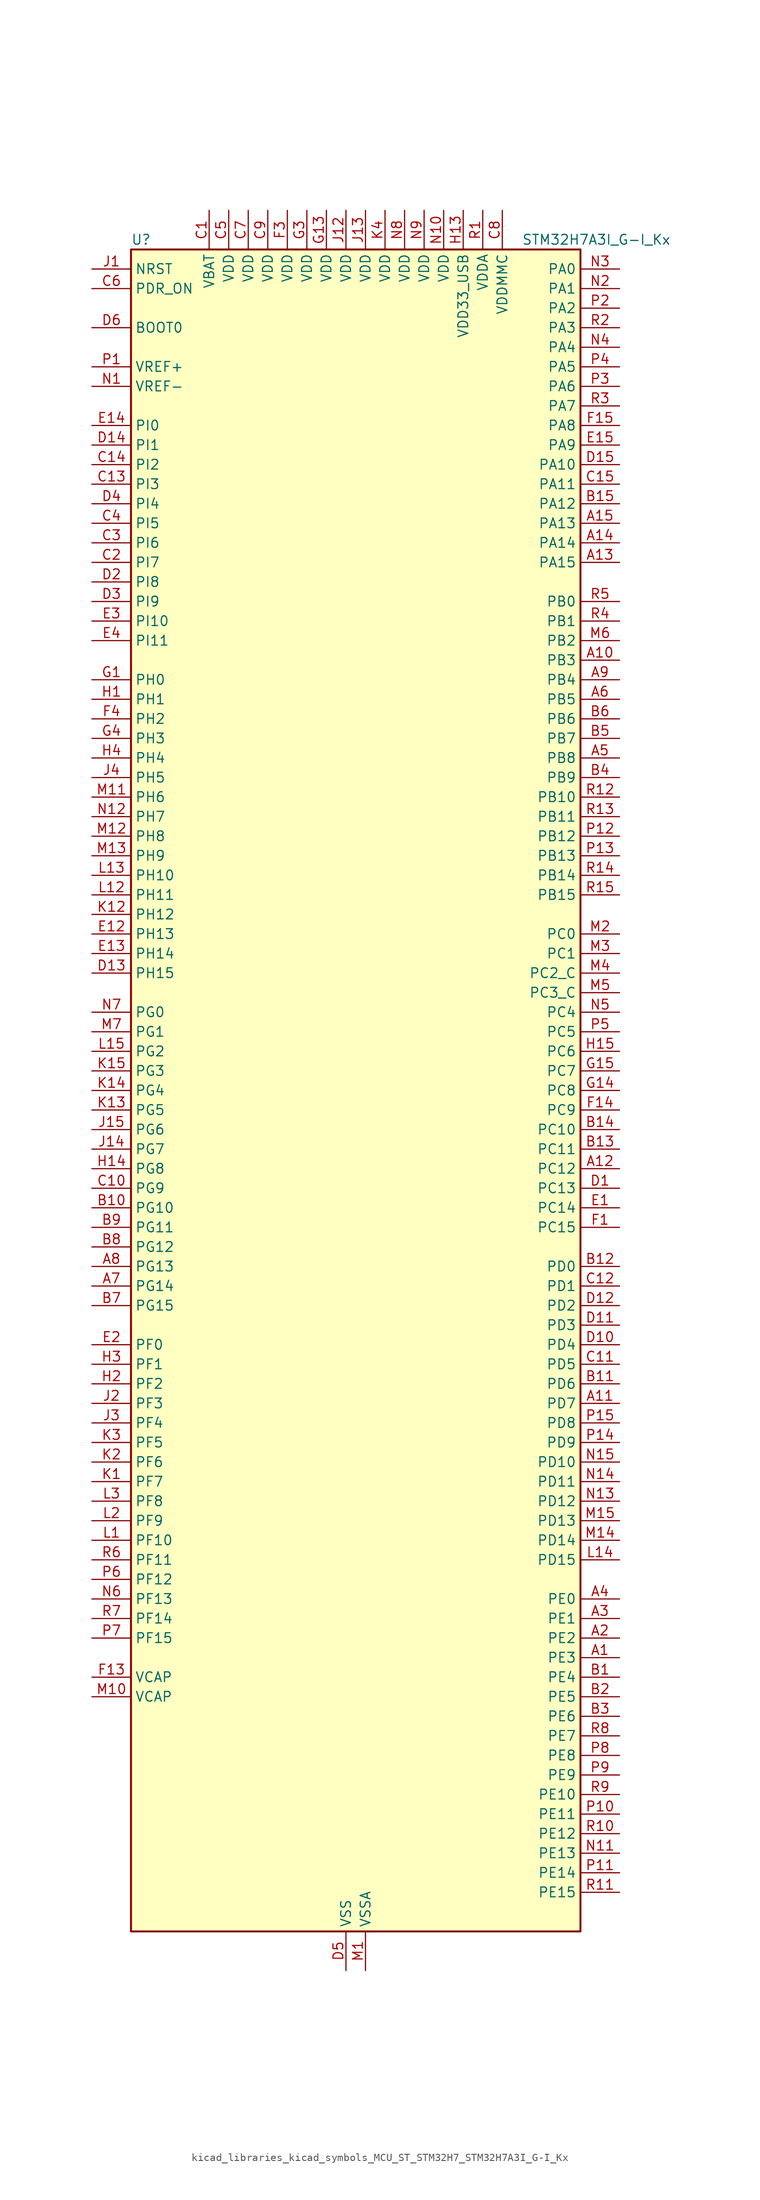
<source format=kicad_sym>
(kicad_symbol_lib
  (version 20220914)
  (generator kicad_symbol_editor)
  (symbol "kicad_libraries_kicad_symbols_MCU_ST_STM32H7_STM32H7A3I_G-I_Kx"
    (property "Reference" "U"
      (at -27.94 110.49 0)
      (effects (font (size 1.27 1.27)) (justify left)))
    (property "Value" "STM32H7A3I_G-I_Kx"
      (at 22.86 110.49 0)
      (effects (font (size 1.27 1.27)) (justify left)))
    (property "ki_locked" ""
      (at 0 0 0)
      (effects (font (size 1.27 1.27))))
    (symbol "kicad_libraries_kicad_symbols_MCU_ST_STM32H7_STM32H7A3I_G-I_Kx_0_1"
      (rectangle (start -27.94 -109.22) (end 30.48 109.22) (stroke (width 0.254) (type default)) (fill (type background))))
    (symbol "kicad_libraries_kicad_symbols_MCU_ST_STM32H7_STM32H7A3I_G-I_Kx_1_1"
      (pin bidirectional line (at 35.56 -73.66 180) (length 5.08) (name "PE3" (effects (font (size 1.27 1.27)))) (number "A1" (effects (font (size 1.27 1.27)))) (alternate "DEBUG_TRACED0" bidirectional line) (alternate "FMC_A19" bidirectional line) (alternate "SAI1_SD_B" bidirectional line) (alternate "TIM15_BKIN" bidirectional line) (alternate "USART10_TX" bidirectional line))
      (pin bidirectional line (at 35.56 55.88 180) (length 5.08) (name "PB3" (effects (font (size 1.27 1.27)))) (number "A10" (effects (font (size 1.27 1.27)))) (alternate "CRS_SYNC" bidirectional line) (alternate "DEBUG_JTDO-SWO" bidirectional line) (alternate "I2S1_CK" bidirectional line) (alternate "I2S3_CK" bidirectional line) (alternate "I2S6_CK" bidirectional line) (alternate "SDMMC2_D2" bidirectional line) (alternate "SPI1_SCK" bidirectional line) (alternate "SPI3_SCK" bidirectional line) (alternate "SPI6_SCK" bidirectional line) (alternate "TIM2_CH2" bidirectional line) (alternate "UART7_RX" bidirectional line))
      (pin bidirectional line (at 35.56 -40.64 180) (length 5.08) (name "PD7" (effects (font (size 1.27 1.27)))) (number "A11" (effects (font (size 1.27 1.27)))) (alternate "DFSDM1_CKIN1" bidirectional line) (alternate "DFSDM1_DATIN4" bidirectional line) (alternate "FMC_NE1" bidirectional line) (alternate "I2S1_SDO" bidirectional line) (alternate "OCTOSPIM_P1_IO7" bidirectional line) (alternate "SDMMC2_CMD" bidirectional line) (alternate "SPDIFRX_IN0" bidirectional line) (alternate "SPI1_MOSI" bidirectional line) (alternate "USART2_CK" bidirectional line))
      (pin bidirectional line (at 35.56 -10.16 180) (length 5.08) (name "PC12" (effects (font (size 1.27 1.27)))) (number "A12" (effects (font (size 1.27 1.27)))) (alternate "DCMI_D9" bidirectional line) (alternate "DEBUG_TRACED3" bidirectional line) (alternate "DFSDM2_CKOUT" bidirectional line) (alternate "I2S3_SDO" bidirectional line) (alternate "I2S6_CK" bidirectional line) (alternate "LTDC_R6" bidirectional line) (alternate "PSSI_D9" bidirectional line) (alternate "SDMMC1_CK" bidirectional line) (alternate "SPI3_MOSI" bidirectional line) (alternate "SPI6_SCK" bidirectional line) (alternate "TIM15_CH1" bidirectional line) (alternate "UART5_TX" bidirectional line) (alternate "USART3_CK" bidirectional line))
      (pin bidirectional line (at 35.56 68.58 180) (length 5.08) (name "PA15" (effects (font (size 1.27 1.27)))) (number "A13" (effects (font (size 1.27 1.27)))) (alternate "ADC1_EXTI15" bidirectional line) (alternate "ADC2_EXTI15" bidirectional line) (alternate "CEC" bidirectional line) (alternate "DEBUG_JTDI" bidirectional line) (alternate "I2S1_WS" bidirectional line) (alternate "I2S3_WS" bidirectional line) (alternate "I2S6_WS" bidirectional line) (alternate "LTDC_B6" bidirectional line) (alternate "LTDC_R3" bidirectional line) (alternate "SPI1_NSS" bidirectional line) (alternate "SPI3_NSS" bidirectional line) (alternate "SPI6_NSS" bidirectional line) (alternate "TIM2_CH1" bidirectional line) (alternate "TIM2_ETR" bidirectional line) (alternate "UART4_DE" bidirectional line) (alternate "UART4_RTS" bidirectional line) (alternate "UART7_TX" bidirectional line))
      (pin bidirectional line (at 35.56 71.12 180) (length 5.08) (name "PA14" (effects (font (size 1.27 1.27)))) (number "A14" (effects (font (size 1.27 1.27)))) (alternate "DEBUG_JTCK-SWCLK" bidirectional line))
      (pin bidirectional line (at 35.56 73.66 180) (length 5.08) (name "PA13" (effects (font (size 1.27 1.27)))) (number "A15" (effects (font (size 1.27 1.27)))) (alternate "DEBUG_JTMS-SWDIO" bidirectional line))
      (pin bidirectional line (at 35.56 -71.12 180) (length 5.08) (name "PE2" (effects (font (size 1.27 1.27)))) (number "A2" (effects (font (size 1.27 1.27)))) (alternate "DEBUG_TRACECLK" bidirectional line) (alternate "FMC_A23" bidirectional line) (alternate "OCTOSPIM_P1_IO2" bidirectional line) (alternate "SAI1_CK1" bidirectional line) (alternate "SAI1_MCLK_A" bidirectional line) (alternate "SPI4_SCK" bidirectional line) (alternate "USART10_RX" bidirectional line))
      (pin bidirectional line (at 35.56 -68.58 180) (length 5.08) (name "PE1" (effects (font (size 1.27 1.27)))) (number "A3" (effects (font (size 1.27 1.27)))) (alternate "DCMI_D3" bidirectional line) (alternate "FMC_NBL1" bidirectional line) (alternate "LPTIM1_IN2" bidirectional line) (alternate "LTDC_R6" bidirectional line) (alternate "PSSI_D3" bidirectional line) (alternate "UART8_TX" bidirectional line))
      (pin bidirectional line (at 35.56 -66.04 180) (length 5.08) (name "PE0" (effects (font (size 1.27 1.27)))) (number "A4" (effects (font (size 1.27 1.27)))) (alternate "DCMI_D2" bidirectional line) (alternate "FMC_NBL0" bidirectional line) (alternate "LPTIM1_ETR" bidirectional line) (alternate "LPTIM2_ETR" bidirectional line) (alternate "LTDC_R0" bidirectional line) (alternate "PSSI_D2" bidirectional line) (alternate "SAI2_MCLK_A" bidirectional line) (alternate "TIM4_ETR" bidirectional line) (alternate "UART8_RX" bidirectional line))
      (pin bidirectional line (at 35.56 43.18 180) (length 5.08) (name "PB8" (effects (font (size 1.27 1.27)))) (number "A5" (effects (font (size 1.27 1.27)))) (alternate "DCMI_D6" bidirectional line) (alternate "DFSDM1_CKIN7" bidirectional line) (alternate "FDCAN1_RX" bidirectional line) (alternate "I2C1_SCL" bidirectional line) (alternate "I2C4_SCL" bidirectional line) (alternate "LTDC_B6" bidirectional line) (alternate "PSSI_D6" bidirectional line) (alternate "SDMMC1_CKIN" bidirectional line) (alternate "SDMMC1_D4" bidirectional line) (alternate "SDMMC2_D4" bidirectional line) (alternate "TIM16_CH1" bidirectional line) (alternate "TIM4_CH3" bidirectional line) (alternate "UART4_RX" bidirectional line))
      (pin bidirectional line (at 35.56 50.8 180) (length 5.08) (name "PB5" (effects (font (size 1.27 1.27)))) (number "A6" (effects (font (size 1.27 1.27)))) (alternate "DCMI_D10" bidirectional line) (alternate "FDCAN2_RX" bidirectional line) (alternate "FMC_SDCKE1" bidirectional line) (alternate "I2C1_SMBA" bidirectional line) (alternate "I2C4_SMBA" bidirectional line) (alternate "I2S1_SDO" bidirectional line) (alternate "I2S3_SDO" bidirectional line) (alternate "I2S6_SDO" bidirectional line) (alternate "LTDC_B5" bidirectional line) (alternate "PSSI_D10" bidirectional line) (alternate "SPI1_MOSI" bidirectional line) (alternate "SPI3_MOSI" bidirectional line) (alternate "SPI6_MOSI" bidirectional line) (alternate "TIM17_BKIN" bidirectional line) (alternate "TIM3_CH2" bidirectional line) (alternate "UART5_RX" bidirectional line) (alternate "USB_OTG_HS_ULPI_D7" bidirectional line))
      (pin bidirectional line (at -33.02 -25.4 0) (length 5.08) (name "PG14" (effects (font (size 1.27 1.27)))) (number "A7" (effects (font (size 1.27 1.27)))) (alternate "DEBUG_TRACED1" bidirectional line) (alternate "FMC_A25" bidirectional line) (alternate "I2S6_SDO" bidirectional line) (alternate "LPTIM1_ETR" bidirectional line) (alternate "LTDC_B0" bidirectional line) (alternate "OCTOSPIM_P1_IO7" bidirectional line) (alternate "SDMMC2_D7" bidirectional line) (alternate "SPI6_MOSI" bidirectional line) (alternate "USART10_DE" bidirectional line) (alternate "USART10_RTS" bidirectional line) (alternate "USART6_TX" bidirectional line))
      (pin bidirectional line (at -33.02 -22.86 0) (length 5.08) (name "PG13" (effects (font (size 1.27 1.27)))) (number "A8" (effects (font (size 1.27 1.27)))) (alternate "DEBUG_TRACED0" bidirectional line) (alternate "FMC_A24" bidirectional line) (alternate "I2S6_CK" bidirectional line) (alternate "LPTIM1_OUT" bidirectional line) (alternate "LTDC_R0" bidirectional line) (alternate "SDMMC2_D6" bidirectional line) (alternate "SPI6_SCK" bidirectional line) (alternate "USART10_CTS" bidirectional line) (alternate "USART10_NSS" bidirectional line) (alternate "USART6_CTS" bidirectional line) (alternate "USART6_NSS" bidirectional line))
      (pin bidirectional line (at 35.56 53.34 180) (length 5.08) (name "PB4" (effects (font (size 1.27 1.27)))) (number "A9" (effects (font (size 1.27 1.27)))) (alternate "DEBUG_JTRST" bidirectional line) (alternate "I2S1_SDI" bidirectional line) (alternate "I2S2_WS" bidirectional line) (alternate "I2S3_SDI" bidirectional line) (alternate "I2S6_SDI" bidirectional line) (alternate "SDMMC2_D3" bidirectional line) (alternate "SPI1_MISO" bidirectional line) (alternate "SPI2_NSS" bidirectional line) (alternate "SPI3_MISO" bidirectional line) (alternate "SPI6_MISO" bidirectional line) (alternate "TIM16_BKIN" bidirectional line) (alternate "TIM3_CH1" bidirectional line) (alternate "UART7_TX" bidirectional line))
      (pin bidirectional line (at 35.56 -76.2 180) (length 5.08) (name "PE4" (effects (font (size 1.27 1.27)))) (number "B1" (effects (font (size 1.27 1.27)))) (alternate "DCMI_D4" bidirectional line) (alternate "DEBUG_TRACED1" bidirectional line) (alternate "DFSDM1_DATIN3" bidirectional line) (alternate "FMC_A20" bidirectional line) (alternate "LTDC_B0" bidirectional line) (alternate "PSSI_D4" bidirectional line) (alternate "SAI1_D2" bidirectional line) (alternate "SAI1_FS_A" bidirectional line) (alternate "SPI4_NSS" bidirectional line) (alternate "TIM15_CH1N" bidirectional line))
      (pin bidirectional line (at -33.02 -15.24 0) (length 5.08) (name "PG10" (effects (font (size 1.27 1.27)))) (number "B10" (effects (font (size 1.27 1.27)))) (alternate "DCMI_D2" bidirectional line) (alternate "FMC_NE3" bidirectional line) (alternate "I2S1_WS" bidirectional line) (alternate "LTDC_B2" bidirectional line) (alternate "LTDC_G3" bidirectional line) (alternate "OCTOSPIM_P2_IO6" bidirectional line) (alternate "PSSI_D2" bidirectional line) (alternate "SAI2_SD_B" bidirectional line) (alternate "SDMMC2_D1" bidirectional line) (alternate "SPI1_NSS" bidirectional line))
      (pin bidirectional line (at 35.56 -38.1 180) (length 5.08) (name "PD6" (effects (font (size 1.27 1.27)))) (number "B11" (effects (font (size 1.27 1.27)))) (alternate "DCMI_D10" bidirectional line) (alternate "DFSDM1_CKIN4" bidirectional line) (alternate "DFSDM1_DATIN1" bidirectional line) (alternate "FMC_NWAIT" bidirectional line) (alternate "I2S3_SDO" bidirectional line) (alternate "LTDC_B2" bidirectional line) (alternate "OCTOSPIM_P1_IO6" bidirectional line) (alternate "PSSI_D10" bidirectional line) (alternate "SAI1_D1" bidirectional line) (alternate "SAI1_SD_A" bidirectional line) (alternate "SDMMC2_CK" bidirectional line) (alternate "SPI3_MOSI" bidirectional line) (alternate "USART2_RX" bidirectional line))
      (pin bidirectional line (at 35.56 -22.86 180) (length 5.08) (name "PD0" (effects (font (size 1.27 1.27)))) (number "B12" (effects (font (size 1.27 1.27)))) (alternate "DFSDM1_CKIN6" bidirectional line) (alternate "FDCAN1_RX" bidirectional line) (alternate "FMC_D2" bidirectional line) (alternate "FMC_DA2" bidirectional line) (alternate "LTDC_B1" bidirectional line) (alternate "UART4_RX" bidirectional line) (alternate "UART9_CTS" bidirectional line))
      (pin bidirectional line (at 35.56 -7.62 180) (length 5.08) (name "PC11" (effects (font (size 1.27 1.27)))) (number "B13" (effects (font (size 1.27 1.27)))) (alternate "ADC1_EXTI11" bidirectional line) (alternate "ADC2_EXTI11" bidirectional line) (alternate "DCMI_D4" bidirectional line) (alternate "DFSDM1_DATIN5" bidirectional line) (alternate "DFSDM2_DATIN0" bidirectional line) (alternate "I2S3_SDI" bidirectional line) (alternate "LTDC_B4" bidirectional line) (alternate "OCTOSPIM_P1_NCS" bidirectional line) (alternate "PSSI_D4" bidirectional line) (alternate "SDMMC1_D3" bidirectional line) (alternate "SPI3_MISO" bidirectional line) (alternate "UART4_RX" bidirectional line) (alternate "USART3_RX" bidirectional line))
      (pin bidirectional line (at 35.56 -5.08 180) (length 5.08) (name "PC10" (effects (font (size 1.27 1.27)))) (number "B14" (effects (font (size 1.27 1.27)))) (alternate "DCMI_D8" bidirectional line) (alternate "DFSDM1_CKIN5" bidirectional line) (alternate "DFSDM2_CKIN0" bidirectional line) (alternate "I2S3_CK" bidirectional line) (alternate "LTDC_B1" bidirectional line) (alternate "LTDC_R2" bidirectional line) (alternate "OCTOSPIM_P1_IO1" bidirectional line) (alternate "PSSI_D8" bidirectional line) (alternate "SDMMC1_D2" bidirectional line) (alternate "SPI3_SCK" bidirectional line) (alternate "SWPMI1_RX" bidirectional line) (alternate "UART4_TX" bidirectional line) (alternate "USART3_TX" bidirectional line))
      (pin bidirectional line (at 35.56 76.2 180) (length 5.08) (name "PA12" (effects (font (size 1.27 1.27)))) (number "B15" (effects (font (size 1.27 1.27)))) (alternate "FDCAN1_TX" bidirectional line) (alternate "I2S2_CK" bidirectional line) (alternate "LPUART1_DE" bidirectional line) (alternate "LPUART1_RTS" bidirectional line) (alternate "LTDC_R5" bidirectional line) (alternate "SAI2_FS_B" bidirectional line) (alternate "SPI2_SCK" bidirectional line) (alternate "TIM1_ETR" bidirectional line) (alternate "UART4_TX" bidirectional line) (alternate "USART1_DE" bidirectional line) (alternate "USART1_RTS" bidirectional line) (alternate "USB_OTG_HS_DP" bidirectional line))
      (pin bidirectional line (at 35.56 -78.74 180) (length 5.08) (name "PE5" (effects (font (size 1.27 1.27)))) (number "B2" (effects (font (size 1.27 1.27)))) (alternate "DCMI_D6" bidirectional line) (alternate "DEBUG_TRACED2" bidirectional line) (alternate "DFSDM1_CKIN3" bidirectional line) (alternate "FMC_A21" bidirectional line) (alternate "LTDC_G0" bidirectional line) (alternate "PSSI_D6" bidirectional line) (alternate "SAI1_CK2" bidirectional line) (alternate "SAI1_SCK_A" bidirectional line) (alternate "SPI4_MISO" bidirectional line) (alternate "TIM15_CH1" bidirectional line))
      (pin bidirectional line (at 35.56 -81.28 180) (length 5.08) (name "PE6" (effects (font (size 1.27 1.27)))) (number "B3" (effects (font (size 1.27 1.27)))) (alternate "DCMI_D7" bidirectional line) (alternate "DEBUG_TRACED3" bidirectional line) (alternate "FMC_A22" bidirectional line) (alternate "LTDC_G1" bidirectional line) (alternate "PSSI_D7" bidirectional line) (alternate "SAI1_D1" bidirectional line) (alternate "SAI1_SD_A" bidirectional line) (alternate "SAI2_MCLK_B" bidirectional line) (alternate "SPI4_MOSI" bidirectional line) (alternate "TIM15_CH2" bidirectional line) (alternate "TIM1_BKIN2" bidirectional line) (alternate "TIM1_BKIN2_COMP1" bidirectional line) (alternate "TIM1_BKIN2_COMP2" bidirectional line))
      (pin bidirectional line (at 35.56 40.64 180) (length 5.08) (name "PB9" (effects (font (size 1.27 1.27)))) (number "B4" (effects (font (size 1.27 1.27)))) (alternate "DAC1_EXTI9" bidirectional line) (alternate "DCMI_D7" bidirectional line) (alternate "DFSDM1_DATIN7" bidirectional line) (alternate "FDCAN1_TX" bidirectional line) (alternate "I2C1_SDA" bidirectional line) (alternate "I2C4_SDA" bidirectional line) (alternate "I2C4_SMBA" bidirectional line) (alternate "I2S2_WS" bidirectional line) (alternate "LTDC_B7" bidirectional line) (alternate "PSSI_D7" bidirectional line) (alternate "SDMMC1_CDIR" bidirectional line) (alternate "SDMMC1_D5" bidirectional line) (alternate "SDMMC2_D5" bidirectional line) (alternate "SPI2_NSS" bidirectional line) (alternate "TIM17_CH1" bidirectional line) (alternate "TIM4_CH4" bidirectional line) (alternate "UART4_TX" bidirectional line))
      (pin bidirectional line (at 35.56 45.72 180) (length 5.08) (name "PB7" (effects (font (size 1.27 1.27)))) (number "B5" (effects (font (size 1.27 1.27)))) (alternate "DCMI_VSYNC" bidirectional line) (alternate "DFSDM1_CKIN5" bidirectional line) (alternate "FMC_NL" bidirectional line) (alternate "I2C1_SDA" bidirectional line) (alternate "I2C4_SDA" bidirectional line) (alternate "LPUART1_RX" bidirectional line) (alternate "PSSI_RDY" bidirectional line) (alternate "PWR_PVD_IN" bidirectional line) (alternate "TIM17_CH1N" bidirectional line) (alternate "TIM4_CH2" bidirectional line) (alternate "USART1_RX" bidirectional line))
      (pin bidirectional line (at 35.56 48.26 180) (length 5.08) (name "PB6" (effects (font (size 1.27 1.27)))) (number "B6" (effects (font (size 1.27 1.27)))) (alternate "CEC" bidirectional line) (alternate "DCMI_D5" bidirectional line) (alternate "DFSDM1_DATIN5" bidirectional line) (alternate "FDCAN2_TX" bidirectional line) (alternate "FMC_SDNE1" bidirectional line) (alternate "I2C1_SCL" bidirectional line) (alternate "I2C4_SCL" bidirectional line) (alternate "LPUART1_TX" bidirectional line) (alternate "OCTOSPIM_P1_NCS" bidirectional line) (alternate "PSSI_D5" bidirectional line) (alternate "TIM16_CH1N" bidirectional line) (alternate "TIM4_CH1" bidirectional line) (alternate "UART5_TX" bidirectional line) (alternate "USART1_TX" bidirectional line))
      (pin bidirectional line (at -33.02 -27.94 0) (length 5.08) (name "PG15" (effects (font (size 1.27 1.27)))) (number "B7" (effects (font (size 1.27 1.27)))) (alternate "ADC1_EXTI15" bidirectional line) (alternate "ADC2_EXTI15" bidirectional line) (alternate "DCMI_D13" bidirectional line) (alternate "FMC_SDNCAS" bidirectional line) (alternate "OCTOSPIM_P2_DQS" bidirectional line) (alternate "PSSI_D13" bidirectional line) (alternate "USART10_CK" bidirectional line) (alternate "USART6_CTS" bidirectional line) (alternate "USART6_NSS" bidirectional line))
      (pin bidirectional line (at -33.02 -20.32 0) (length 5.08) (name "PG12" (effects (font (size 1.27 1.27)))) (number "B8" (effects (font (size 1.27 1.27)))) (alternate "FMC_NE4" bidirectional line) (alternate "I2S6_SDI" bidirectional line) (alternate "LPTIM1_IN1" bidirectional line) (alternate "LTDC_B1" bidirectional line) (alternate "LTDC_B4" bidirectional line) (alternate "OCTOSPIM_P2_NCS" bidirectional line) (alternate "SDMMC2_D3" bidirectional line) (alternate "SPDIFRX_IN1" bidirectional line) (alternate "SPI6_MISO" bidirectional line) (alternate "USART10_TX" bidirectional line) (alternate "USART6_DE" bidirectional line) (alternate "USART6_RTS" bidirectional line))
      (pin bidirectional line (at -33.02 -17.78 0) (length 5.08) (name "PG11" (effects (font (size 1.27 1.27)))) (number "B9" (effects (font (size 1.27 1.27)))) (alternate "ADC1_EXTI11" bidirectional line) (alternate "ADC2_EXTI11" bidirectional line) (alternate "DCMI_D3" bidirectional line) (alternate "I2S1_CK" bidirectional line) (alternate "LPTIM1_IN2" bidirectional line) (alternate "LTDC_B3" bidirectional line) (alternate "OCTOSPIM_P2_IO7" bidirectional line) (alternate "PSSI_D3" bidirectional line) (alternate "SDMMC2_D2" bidirectional line) (alternate "SPDIFRX_IN0" bidirectional line) (alternate "SPI1_SCK" bidirectional line) (alternate "USART10_RX" bidirectional line))
      (pin power_in line (at -17.78 114.3 270) (length 5.08) (name "VBAT" (effects (font (size 1.27 1.27)))) (number "C1" (effects (font (size 1.27 1.27)))))
      (pin bidirectional line (at -33.02 -12.7 0) (length 5.08) (name "PG9" (effects (font (size 1.27 1.27)))) (number "C10" (effects (font (size 1.27 1.27)))) (alternate "DAC1_EXTI9" bidirectional line) (alternate "DCMI_VSYNC" bidirectional line) (alternate "FMC_NCE" bidirectional line) (alternate "FMC_NE2" bidirectional line) (alternate "I2S1_SDI" bidirectional line) (alternate "OCTOSPIM_P1_IO6" bidirectional line) (alternate "PSSI_RDY" bidirectional line) (alternate "SAI2_FS_B" bidirectional line) (alternate "SDMMC2_D0" bidirectional line) (alternate "SPDIFRX_IN3" bidirectional line) (alternate "SPI1_MISO" bidirectional line) (alternate "USART6_RX" bidirectional line))
      (pin bidirectional line (at 35.56 -35.56 180) (length 5.08) (name "PD5" (effects (font (size 1.27 1.27)))) (number "C11" (effects (font (size 1.27 1.27)))) (alternate "FMC_NWE" bidirectional line) (alternate "OCTOSPIM_P1_IO5" bidirectional line) (alternate "USART2_TX" bidirectional line))
      (pin bidirectional line (at 35.56 -25.4 180) (length 5.08) (name "PD1" (effects (font (size 1.27 1.27)))) (number "C12" (effects (font (size 1.27 1.27)))) (alternate "DFSDM1_DATIN6" bidirectional line) (alternate "FDCAN1_TX" bidirectional line) (alternate "FMC_D3" bidirectional line) (alternate "FMC_DA3" bidirectional line) (alternate "UART4_TX" bidirectional line))
      (pin bidirectional line (at -33.02 78.74 0) (length 5.08) (name "PI3" (effects (font (size 1.27 1.27)))) (number "C13" (effects (font (size 1.27 1.27)))) (alternate "DCMI_D10" bidirectional line) (alternate "FMC_D27" bidirectional line) (alternate "I2S2_SDO" bidirectional line) (alternate "PSSI_D10" bidirectional line) (alternate "SPI2_MOSI" bidirectional line) (alternate "TIM8_ETR" bidirectional line))
      (pin bidirectional line (at -33.02 81.28 0) (length 5.08) (name "PI2" (effects (font (size 1.27 1.27)))) (number "C14" (effects (font (size 1.27 1.27)))) (alternate "DCMI_D9" bidirectional line) (alternate "FMC_D26" bidirectional line) (alternate "I2S2_SDI" bidirectional line) (alternate "LTDC_G7" bidirectional line) (alternate "PSSI_D9" bidirectional line) (alternate "SPI2_MISO" bidirectional line) (alternate "TIM8_CH4" bidirectional line))
      (pin bidirectional line (at 35.56 78.74 180) (length 5.08) (name "PA11" (effects (font (size 1.27 1.27)))) (number "C15" (effects (font (size 1.27 1.27)))) (alternate "ADC1_EXTI11" bidirectional line) (alternate "ADC2_EXTI11" bidirectional line) (alternate "FDCAN1_RX" bidirectional line) (alternate "I2S2_WS" bidirectional line) (alternate "LPUART1_CTS" bidirectional line) (alternate "LTDC_R4" bidirectional line) (alternate "SPI2_NSS" bidirectional line) (alternate "TIM1_CH4" bidirectional line) (alternate "UART4_RX" bidirectional line) (alternate "USART1_CTS" bidirectional line) (alternate "USART1_NSS" bidirectional line) (alternate "USB_OTG_HS_DM" bidirectional line))
      (pin bidirectional line (at -33.02 68.58 0) (length 5.08) (name "PI7" (effects (font (size 1.27 1.27)))) (number "C2" (effects (font (size 1.27 1.27)))) (alternate "DCMI_D7" bidirectional line) (alternate "FMC_D29" bidirectional line) (alternate "LTDC_B7" bidirectional line) (alternate "PSSI_D7" bidirectional line) (alternate "SAI2_FS_A" bidirectional line) (alternate "TIM8_CH3" bidirectional line))
      (pin bidirectional line (at -33.02 71.12 0) (length 5.08) (name "PI6" (effects (font (size 1.27 1.27)))) (number "C3" (effects (font (size 1.27 1.27)))) (alternate "DCMI_D6" bidirectional line) (alternate "FMC_D28" bidirectional line) (alternate "LTDC_B6" bidirectional line) (alternate "PSSI_D6" bidirectional line) (alternate "SAI2_SD_A" bidirectional line) (alternate "TIM8_CH2" bidirectional line))
      (pin bidirectional line (at -33.02 73.66 0) (length 5.08) (name "PI5" (effects (font (size 1.27 1.27)))) (number "C4" (effects (font (size 1.27 1.27)))) (alternate "DCMI_VSYNC" bidirectional line) (alternate "FMC_NBL3" bidirectional line) (alternate "LTDC_B5" bidirectional line) (alternate "PSSI_RDY" bidirectional line) (alternate "SAI2_SCK_A" bidirectional line) (alternate "TIM8_CH1" bidirectional line))
      (pin power_in line (at -15.24 114.3 270) (length 5.08) (name "VDD" (effects (font (size 1.27 1.27)))) (number "C5" (effects (font (size 1.27 1.27)))))
      (pin input line (at -33.02 104.14 0) (length 5.08) (name "PDR_ON" (effects (font (size 1.27 1.27)))) (number "C6" (effects (font (size 1.27 1.27)))))
      (pin power_in line (at -12.7 114.3 270) (length 5.08) (name "VDD" (effects (font (size 1.27 1.27)))) (number "C7" (effects (font (size 1.27 1.27)))))
      (pin power_in line (at 20.32 114.3 270) (length 5.08) (name "VDDMMC" (effects (font (size 1.27 1.27)))) (number "C8" (effects (font (size 1.27 1.27)))))
      (pin power_in line (at -10.16 114.3 270) (length 5.08) (name "VDD" (effects (font (size 1.27 1.27)))) (number "C9" (effects (font (size 1.27 1.27)))))
      (pin bidirectional line (at 35.56 -12.7 180) (length 5.08) (name "PC13" (effects (font (size 1.27 1.27)))) (number "D1" (effects (font (size 1.27 1.27)))) (alternate "PWR_WKUP4" bidirectional line) (alternate "RTC_OUT_ALARM" bidirectional line) (alternate "RTC_OUT_CALIB" bidirectional line) (alternate "RTC_TAMP1" bidirectional line) (alternate "RTC_TS" bidirectional line))
      (pin bidirectional line (at 35.56 -33.02 180) (length 5.08) (name "PD4" (effects (font (size 1.27 1.27)))) (number "D10" (effects (font (size 1.27 1.27)))) (alternate "FMC_NOE" bidirectional line) (alternate "OCTOSPIM_P1_IO4" bidirectional line) (alternate "USART2_DE" bidirectional line) (alternate "USART2_RTS" bidirectional line))
      (pin bidirectional line (at 35.56 -30.48 180) (length 5.08) (name "PD3" (effects (font (size 1.27 1.27)))) (number "D11" (effects (font (size 1.27 1.27)))) (alternate "DCMI_D5" bidirectional line) (alternate "DFSDM1_CKOUT" bidirectional line) (alternate "FMC_CLK" bidirectional line) (alternate "I2S2_CK" bidirectional line) (alternate "LTDC_G7" bidirectional line) (alternate "PSSI_D5" bidirectional line) (alternate "SPI2_SCK" bidirectional line) (alternate "USART2_CTS" bidirectional line) (alternate "USART2_NSS" bidirectional line))
      (pin bidirectional line (at 35.56 -27.94 180) (length 5.08) (name "PD2" (effects (font (size 1.27 1.27)))) (number "D12" (effects (font (size 1.27 1.27)))) (alternate "DCMI_D11" bidirectional line) (alternate "DEBUG_TRACED2" bidirectional line) (alternate "LTDC_B2" bidirectional line) (alternate "LTDC_B7" bidirectional line) (alternate "PSSI_D11" bidirectional line) (alternate "SDMMC1_CMD" bidirectional line) (alternate "TIM15_BKIN" bidirectional line) (alternate "TIM3_ETR" bidirectional line) (alternate "UART5_RX" bidirectional line))
      (pin bidirectional line (at -33.02 15.24 0) (length 5.08) (name "PH15" (effects (font (size 1.27 1.27)))) (number "D13" (effects (font (size 1.27 1.27)))) (alternate "ADC1_EXTI15" bidirectional line) (alternate "ADC2_EXTI15" bidirectional line) (alternate "DCMI_D11" bidirectional line) (alternate "FMC_D23" bidirectional line) (alternate "LTDC_G4" bidirectional line) (alternate "PSSI_D11" bidirectional line) (alternate "TIM8_CH3N" bidirectional line))
      (pin bidirectional line (at -33.02 83.82 0) (length 5.08) (name "PI1" (effects (font (size 1.27 1.27)))) (number "D14" (effects (font (size 1.27 1.27)))) (alternate "DCMI_D8" bidirectional line) (alternate "FMC_D25" bidirectional line) (alternate "I2S2_CK" bidirectional line) (alternate "LTDC_G6" bidirectional line) (alternate "PSSI_D8" bidirectional line) (alternate "SPI2_SCK" bidirectional line) (alternate "TIM8_BKIN2" bidirectional line) (alternate "TIM8_BKIN2_COMP1" bidirectional line) (alternate "TIM8_BKIN2_COMP2" bidirectional line))
      (pin bidirectional line (at 35.56 81.28 180) (length 5.08) (name "PA10" (effects (font (size 1.27 1.27)))) (number "D15" (effects (font (size 1.27 1.27)))) (alternate "DCMI_D1" bidirectional line) (alternate "LPUART1_RX" bidirectional line) (alternate "LTDC_B1" bidirectional line) (alternate "LTDC_B4" bidirectional line) (alternate "MDIOS_MDIO" bidirectional line) (alternate "PSSI_D1" bidirectional line) (alternate "TIM1_CH3" bidirectional line) (alternate "USART1_RX" bidirectional line) (alternate "USB_OTG_HS_ID" bidirectional line))
      (pin bidirectional line (at -33.02 66.04 0) (length 5.08) (name "PI8" (effects (font (size 1.27 1.27)))) (number "D2" (effects (font (size 1.27 1.27)))) (alternate "PWR_WKUP3" bidirectional line) (alternate "RTC_OUT_ALARM" bidirectional line) (alternate "RTC_TAMP2" bidirectional line))
      (pin bidirectional line (at -33.02 63.5 0) (length 5.08) (name "PI9" (effects (font (size 1.27 1.27)))) (number "D3" (effects (font (size 1.27 1.27)))) (alternate "DAC1_EXTI9" bidirectional line) (alternate "FDCAN1_RX" bidirectional line) (alternate "FMC_D30" bidirectional line) (alternate "LTDC_VSYNC" bidirectional line) (alternate "OCTOSPIM_P2_IO0" bidirectional line) (alternate "UART4_RX" bidirectional line))
      (pin bidirectional line (at -33.02 76.2 0) (length 5.08) (name "PI4" (effects (font (size 1.27 1.27)))) (number "D4" (effects (font (size 1.27 1.27)))) (alternate "DCMI_D5" bidirectional line) (alternate "FMC_NBL2" bidirectional line) (alternate "LTDC_B4" bidirectional line) (alternate "PSSI_D5" bidirectional line) (alternate "SAI2_MCLK_A" bidirectional line) (alternate "TIM8_BKIN" bidirectional line) (alternate "TIM8_BKIN_COMP1" bidirectional line) (alternate "TIM8_BKIN_COMP2" bidirectional line))
      (pin power_in line (at 0 -114.3 90) (length 5.08) (name "VSS" (effects (font (size 1.27 1.27)))) (number "D5" (effects (font (size 1.27 1.27)))))
      (pin input line (at -33.02 99.06 0) (length 5.08) (name "BOOT0" (effects (font (size 1.27 1.27)))) (number "D6" (effects (font (size 1.27 1.27)))))
      (pin passive line (at 0 -114.3 90) (length 5.08) hide (name "VSS" (effects (font (size 1.27 1.27)))) (number "D7" (effects (font (size 1.27 1.27)))))
      (pin passive line (at 0 -114.3 90) (length 5.08) hide (name "VSS" (effects (font (size 1.27 1.27)))) (number "D8" (effects (font (size 1.27 1.27)))))
      (pin passive line (at 0 -114.3 90) (length 5.08) hide (name "VSS" (effects (font (size 1.27 1.27)))) (number "D9" (effects (font (size 1.27 1.27)))))
      (pin bidirectional line (at 35.56 -15.24 180) (length 5.08) (name "PC14" (effects (font (size 1.27 1.27)))) (number "E1" (effects (font (size 1.27 1.27)))) (alternate "RCC_OSC32_IN" bidirectional line))
      (pin bidirectional line (at -33.02 20.32 0) (length 5.08) (name "PH13" (effects (font (size 1.27 1.27)))) (number "E12" (effects (font (size 1.27 1.27)))) (alternate "FDCAN1_TX" bidirectional line) (alternate "FMC_D21" bidirectional line) (alternate "LTDC_G2" bidirectional line) (alternate "TIM8_CH1N" bidirectional line) (alternate "UART4_TX" bidirectional line))
      (pin bidirectional line (at -33.02 17.78 0) (length 5.08) (name "PH14" (effects (font (size 1.27 1.27)))) (number "E13" (effects (font (size 1.27 1.27)))) (alternate "DCMI_D4" bidirectional line) (alternate "FDCAN1_RX" bidirectional line) (alternate "FMC_D22" bidirectional line) (alternate "LTDC_G3" bidirectional line) (alternate "PSSI_D4" bidirectional line) (alternate "TIM8_CH2N" bidirectional line) (alternate "UART4_RX" bidirectional line))
      (pin bidirectional line (at -33.02 86.36 0) (length 5.08) (name "PI0" (effects (font (size 1.27 1.27)))) (number "E14" (effects (font (size 1.27 1.27)))) (alternate "DCMI_D13" bidirectional line) (alternate "FMC_D24" bidirectional line) (alternate "I2S2_WS" bidirectional line) (alternate "LTDC_G5" bidirectional line) (alternate "PSSI_D13" bidirectional line) (alternate "SPI2_NSS" bidirectional line) (alternate "TIM5_CH4" bidirectional line))
      (pin bidirectional line (at 35.56 83.82 180) (length 5.08) (name "PA9" (effects (font (size 1.27 1.27)))) (number "E15" (effects (font (size 1.27 1.27)))) (alternate "DAC1_EXTI9" bidirectional line) (alternate "DCMI_D0" bidirectional line) (alternate "I2C3_SMBA" bidirectional line) (alternate "I2S2_CK" bidirectional line) (alternate "LPUART1_TX" bidirectional line) (alternate "LTDC_R5" bidirectional line) (alternate "PSSI_D0" bidirectional line) (alternate "SPI2_SCK" bidirectional line) (alternate "TIM1_CH2" bidirectional line) (alternate "USART1_TX" bidirectional line) (alternate "USB_OTG_HS_VBUS" bidirectional line))
      (pin bidirectional line (at -33.02 -33.02 0) (length 5.08) (name "PF0" (effects (font (size 1.27 1.27)))) (number "E2" (effects (font (size 1.27 1.27)))) (alternate "FMC_A0" bidirectional line) (alternate "I2C2_SDA" bidirectional line) (alternate "OCTOSPIM_P2_IO0" bidirectional line))
      (pin bidirectional line (at -33.02 60.96 0) (length 5.08) (name "PI10" (effects (font (size 1.27 1.27)))) (number "E3" (effects (font (size 1.27 1.27)))) (alternate "FMC_D31" bidirectional line) (alternate "LTDC_HSYNC" bidirectional line) (alternate "OCTOSPIM_P2_IO1" bidirectional line) (alternate "PSSI_D14" bidirectional line))
      (pin bidirectional line (at -33.02 58.42 0) (length 5.08) (name "PI11" (effects (font (size 1.27 1.27)))) (number "E4" (effects (font (size 1.27 1.27)))) (alternate "ADC1_EXTI11" bidirectional line) (alternate "ADC2_EXTI11" bidirectional line) (alternate "LTDC_G6" bidirectional line) (alternate "OCTOSPIM_P2_IO2" bidirectional line) (alternate "PSSI_D15" bidirectional line) (alternate "PWR_WKUP5" bidirectional line) (alternate "USB_OTG_HS_ULPI_DIR" bidirectional line))
      (pin bidirectional line (at 35.56 -17.78 180) (length 5.08) (name "PC15" (effects (font (size 1.27 1.27)))) (number "F1" (effects (font (size 1.27 1.27)))) (alternate "ADC1_EXTI15" bidirectional line) (alternate "ADC2_EXTI15" bidirectional line) (alternate "RCC_OSC32_OUT" bidirectional line))
      (pin passive line (at 0 -114.3 90) (length 5.08) hide (name "VSS" (effects (font (size 1.27 1.27)))) (number "F10" (effects (font (size 1.27 1.27)))))
      (pin passive line (at 0 -114.3 90) (length 5.08) hide (name "VSS" (effects (font (size 1.27 1.27)))) (number "F12" (effects (font (size 1.27 1.27)))))
      (pin power_out line (at -33.02 -76.2 0) (length 5.08) (name "VCAP" (effects (font (size 1.27 1.27)))) (number "F13" (effects (font (size 1.27 1.27)))))
      (pin bidirectional line (at 35.56 -2.54 180) (length 5.08) (name "PC9" (effects (font (size 1.27 1.27)))) (number "F14" (effects (font (size 1.27 1.27)))) (alternate "DAC1_EXTI9" bidirectional line) (alternate "DCMI_D3" bidirectional line) (alternate "I2C3_SDA" bidirectional line) (alternate "I2S_CKIN" bidirectional line) (alternate "LTDC_B2" bidirectional line) (alternate "LTDC_G3" bidirectional line) (alternate "OCTOSPIM_P1_IO0" bidirectional line) (alternate "PSSI_D3" bidirectional line) (alternate "RCC_MCO_2" bidirectional line) (alternate "SDMMC1_D1" bidirectional line) (alternate "SWPMI1_SUSPEND" bidirectional line) (alternate "TIM3_CH4" bidirectional line) (alternate "TIM8_CH4" bidirectional line) (alternate "UART5_CTS" bidirectional line))
      (pin bidirectional line (at 35.56 86.36 180) (length 5.08) (name "PA8" (effects (font (size 1.27 1.27)))) (number "F15" (effects (font (size 1.27 1.27)))) (alternate "I2C3_SCL" bidirectional line) (alternate "LTDC_B3" bidirectional line) (alternate "LTDC_R6" bidirectional line) (alternate "RCC_MCO_1" bidirectional line) (alternate "TIM1_CH1" bidirectional line) (alternate "TIM8_BKIN2" bidirectional line) (alternate "TIM8_BKIN2_COMP1" bidirectional line) (alternate "TIM8_BKIN2_COMP2" bidirectional line) (alternate "UART7_RX" bidirectional line) (alternate "USART1_CK" bidirectional line) (alternate "USB_OTG_HS_SOF" bidirectional line))
      (pin passive line (at 0 -114.3 90) (length 5.08) hide (name "VSS" (effects (font (size 1.27 1.27)))) (number "F2" (effects (font (size 1.27 1.27)))))
      (pin power_in line (at -7.62 114.3 270) (length 5.08) (name "VDD" (effects (font (size 1.27 1.27)))) (number "F3" (effects (font (size 1.27 1.27)))))
      (pin bidirectional line (at -33.02 48.26 0) (length 5.08) (name "PH2" (effects (font (size 1.27 1.27)))) (number "F4" (effects (font (size 1.27 1.27)))) (alternate "FMC_SDCKE0" bidirectional line) (alternate "LPTIM1_IN2" bidirectional line) (alternate "LTDC_R0" bidirectional line) (alternate "OCTOSPIM_P1_IO4" bidirectional line) (alternate "SAI2_SCK_B" bidirectional line))
      (pin passive line (at 0 -114.3 90) (length 5.08) hide (name "VSS" (effects (font (size 1.27 1.27)))) (number "F6" (effects (font (size 1.27 1.27)))))
      (pin passive line (at 0 -114.3 90) (length 5.08) hide (name "VSS" (effects (font (size 1.27 1.27)))) (number "F7" (effects (font (size 1.27 1.27)))))
      (pin passive line (at 0 -114.3 90) (length 5.08) hide (name "VSS" (effects (font (size 1.27 1.27)))) (number "F8" (effects (font (size 1.27 1.27)))))
      (pin passive line (at 0 -114.3 90) (length 5.08) hide (name "VSS" (effects (font (size 1.27 1.27)))) (number "F9" (effects (font (size 1.27 1.27)))))
      (pin bidirectional line (at -33.02 53.34 0) (length 5.08) (name "PH0" (effects (font (size 1.27 1.27)))) (number "G1" (effects (font (size 1.27 1.27)))) (alternate "RCC_OSC_IN" bidirectional line))
      (pin passive line (at 0 -114.3 90) (length 5.08) hide (name "VSS" (effects (font (size 1.27 1.27)))) (number "G10" (effects (font (size 1.27 1.27)))))
      (pin passive line (at 0 -114.3 90) (length 5.08) hide (name "VSS" (effects (font (size 1.27 1.27)))) (number "G12" (effects (font (size 1.27 1.27)))))
      (pin power_in line (at -2.54 114.3 270) (length 5.08) (name "VDD" (effects (font (size 1.27 1.27)))) (number "G13" (effects (font (size 1.27 1.27)))))
      (pin bidirectional line (at 35.56 0 180) (length 5.08) (name "PC8" (effects (font (size 1.27 1.27)))) (number "G14" (effects (font (size 1.27 1.27)))) (alternate "DCMI_D2" bidirectional line) (alternate "DEBUG_TRACED1" bidirectional line) (alternate "FMC_INT" bidirectional line) (alternate "FMC_NCE" bidirectional line) (alternate "FMC_NE2" bidirectional line) (alternate "PSSI_D2" bidirectional line) (alternate "SDMMC1_D0" bidirectional line) (alternate "SWPMI1_RX" bidirectional line) (alternate "TIM3_CH3" bidirectional line) (alternate "TIM8_CH3" bidirectional line) (alternate "UART5_DE" bidirectional line) (alternate "UART5_RTS" bidirectional line) (alternate "USART6_CK" bidirectional line))
      (pin bidirectional line (at 35.56 2.54 180) (length 5.08) (name "PC7" (effects (font (size 1.27 1.27)))) (number "G15" (effects (font (size 1.27 1.27)))) (alternate "DCMI_D1" bidirectional line) (alternate "DEBUG_TRGIO" bidirectional line) (alternate "DFSDM1_DATIN3" bidirectional line) (alternate "FMC_NE1" bidirectional line) (alternate "I2S3_MCK" bidirectional line) (alternate "LTDC_G6" bidirectional line) (alternate "PSSI_D1" bidirectional line) (alternate "SDMMC1_D123DIR" bidirectional line) (alternate "SDMMC1_D7" bidirectional line) (alternate "SDMMC2_D7" bidirectional line) (alternate "SWPMI1_TX" bidirectional line) (alternate "TIM3_CH2" bidirectional line) (alternate "TIM8_CH2" bidirectional line) (alternate "USART6_RX" bidirectional line))
      (pin passive line (at 0 -114.3 90) (length 5.08) hide (name "VSS" (effects (font (size 1.27 1.27)))) (number "G2" (effects (font (size 1.27 1.27)))))
      (pin power_in line (at -5.08 114.3 270) (length 5.08) (name "VDD" (effects (font (size 1.27 1.27)))) (number "G3" (effects (font (size 1.27 1.27)))))
      (pin bidirectional line (at -33.02 45.72 0) (length 5.08) (name "PH3" (effects (font (size 1.27 1.27)))) (number "G4" (effects (font (size 1.27 1.27)))) (alternate "FMC_SDNE0" bidirectional line) (alternate "LTDC_R1" bidirectional line) (alternate "OCTOSPIM_P1_IO5" bidirectional line) (alternate "SAI2_MCLK_B" bidirectional line))
      (pin passive line (at 0 -114.3 90) (length 5.08) hide (name "VSS" (effects (font (size 1.27 1.27)))) (number "G6" (effects (font (size 1.27 1.27)))))
      (pin passive line (at 0 -114.3 90) (length 5.08) hide (name "VSS" (effects (font (size 1.27 1.27)))) (number "G7" (effects (font (size 1.27 1.27)))))
      (pin passive line (at 0 -114.3 90) (length 5.08) hide (name "VSS" (effects (font (size 1.27 1.27)))) (number "G8" (effects (font (size 1.27 1.27)))))
      (pin passive line (at 0 -114.3 90) (length 5.08) hide (name "VSS" (effects (font (size 1.27 1.27)))) (number "G9" (effects (font (size 1.27 1.27)))))
      (pin bidirectional line (at -33.02 50.8 0) (length 5.08) (name "PH1" (effects (font (size 1.27 1.27)))) (number "H1" (effects (font (size 1.27 1.27)))) (alternate "RCC_OSC_OUT" bidirectional line))
      (pin passive line (at 0 -114.3 90) (length 5.08) hide (name "VSS" (effects (font (size 1.27 1.27)))) (number "H10" (effects (font (size 1.27 1.27)))))
      (pin passive line (at 0 -114.3 90) (length 5.08) hide (name "VSS" (effects (font (size 1.27 1.27)))) (number "H12" (effects (font (size 1.27 1.27)))))
      (pin power_in line (at 15.24 114.3 270) (length 5.08) (name "VDD33_USB" (effects (font (size 1.27 1.27)))) (number "H13" (effects (font (size 1.27 1.27)))))
      (pin bidirectional line (at -33.02 -10.16 0) (length 5.08) (name "PG8" (effects (font (size 1.27 1.27)))) (number "H14" (effects (font (size 1.27 1.27)))) (alternate "FMC_SDCLK" bidirectional line) (alternate "I2S6_WS" bidirectional line) (alternate "LTDC_G7" bidirectional line) (alternate "SPDIFRX_IN2" bidirectional line) (alternate "SPI6_NSS" bidirectional line) (alternate "TIM8_ETR" bidirectional line) (alternate "USART6_DE" bidirectional line) (alternate "USART6_RTS" bidirectional line))
      (pin bidirectional line (at 35.56 5.08 180) (length 5.08) (name "PC6" (effects (font (size 1.27 1.27)))) (number "H15" (effects (font (size 1.27 1.27)))) (alternate "DCMI_D0" bidirectional line) (alternate "DFSDM1_CKIN3" bidirectional line) (alternate "FMC_NWAIT" bidirectional line) (alternate "I2S2_MCK" bidirectional line) (alternate "LTDC_HSYNC" bidirectional line) (alternate "PSSI_D0" bidirectional line) (alternate "SDMMC1_D0DIR" bidirectional line) (alternate "SDMMC1_D6" bidirectional line) (alternate "SDMMC2_D6" bidirectional line) (alternate "SWPMI1_IO" bidirectional line) (alternate "TIM3_CH1" bidirectional line) (alternate "TIM8_CH1" bidirectional line) (alternate "USART6_TX" bidirectional line))
      (pin bidirectional line (at -33.02 -38.1 0) (length 5.08) (name "PF2" (effects (font (size 1.27 1.27)))) (number "H2" (effects (font (size 1.27 1.27)))) (alternate "FMC_A2" bidirectional line) (alternate "I2C2_SMBA" bidirectional line) (alternate "OCTOSPIM_P2_IO2" bidirectional line))
      (pin bidirectional line (at -33.02 -35.56 0) (length 5.08) (name "PF1" (effects (font (size 1.27 1.27)))) (number "H3" (effects (font (size 1.27 1.27)))) (alternate "FMC_A1" bidirectional line) (alternate "I2C2_SCL" bidirectional line) (alternate "OCTOSPIM_P2_IO1" bidirectional line))
      (pin bidirectional line (at -33.02 43.18 0) (length 5.08) (name "PH4" (effects (font (size 1.27 1.27)))) (number "H4" (effects (font (size 1.27 1.27)))) (alternate "I2C2_SCL" bidirectional line) (alternate "LTDC_G4" bidirectional line) (alternate "LTDC_G5" bidirectional line) (alternate "PSSI_D14" bidirectional line) (alternate "USB_OTG_HS_ULPI_NXT" bidirectional line))
      (pin passive line (at 0 -114.3 90) (length 5.08) hide (name "VSS" (effects (font (size 1.27 1.27)))) (number "H6" (effects (font (size 1.27 1.27)))))
      (pin passive line (at 0 -114.3 90) (length 5.08) hide (name "VSS" (effects (font (size 1.27 1.27)))) (number "H7" (effects (font (size 1.27 1.27)))))
      (pin passive line (at 0 -114.3 90) (length 5.08) hide (name "VSS" (effects (font (size 1.27 1.27)))) (number "H8" (effects (font (size 1.27 1.27)))))
      (pin passive line (at 0 -114.3 90) (length 5.08) hide (name "VSS" (effects (font (size 1.27 1.27)))) (number "H9" (effects (font (size 1.27 1.27)))))
      (pin input line (at -33.02 106.68 0) (length 5.08) (name "NRST" (effects (font (size 1.27 1.27)))) (number "J1" (effects (font (size 1.27 1.27)))))
      (pin passive line (at 0 -114.3 90) (length 5.08) hide (name "VSS" (effects (font (size 1.27 1.27)))) (number "J10" (effects (font (size 1.27 1.27)))))
      (pin power_in line (at 0 114.3 270) (length 5.08) (name "VDD" (effects (font (size 1.27 1.27)))) (number "J12" (effects (font (size 1.27 1.27)))))
      (pin power_in line (at 2.54 114.3 270) (length 5.08) (name "VDD" (effects (font (size 1.27 1.27)))) (number "J13" (effects (font (size 1.27 1.27)))))
      (pin bidirectional line (at -33.02 -7.62 0) (length 5.08) (name "PG7" (effects (font (size 1.27 1.27)))) (number "J14" (effects (font (size 1.27 1.27)))) (alternate "DCMI_D13" bidirectional line) (alternate "FMC_INT" bidirectional line) (alternate "LTDC_CLK" bidirectional line) (alternate "OCTOSPIM_P2_DQS" bidirectional line) (alternate "PSSI_D13" bidirectional line) (alternate "SAI1_MCLK_A" bidirectional line) (alternate "USART6_CK" bidirectional line))
      (pin bidirectional line (at -33.02 -5.08 0) (length 5.08) (name "PG6" (effects (font (size 1.27 1.27)))) (number "J15" (effects (font (size 1.27 1.27)))) (alternate "DCMI_D12" bidirectional line) (alternate "FMC_NE3" bidirectional line) (alternate "LTDC_R7" bidirectional line) (alternate "OCTOSPIM_P1_NCS" bidirectional line) (alternate "PSSI_D12" bidirectional line) (alternate "TIM17_BKIN" bidirectional line))
      (pin bidirectional line (at -33.02 -40.64 0) (length 5.08) (name "PF3" (effects (font (size 1.27 1.27)))) (number "J2" (effects (font (size 1.27 1.27)))) (alternate "FMC_A3" bidirectional line) (alternate "OCTOSPIM_P2_IO3" bidirectional line))
      (pin bidirectional line (at -33.02 -43.18 0) (length 5.08) (name "PF4" (effects (font (size 1.27 1.27)))) (number "J3" (effects (font (size 1.27 1.27)))) (alternate "FMC_A4" bidirectional line) (alternate "OCTOSPIM_P2_CLK" bidirectional line))
      (pin bidirectional line (at -33.02 40.64 0) (length 5.08) (name "PH5" (effects (font (size 1.27 1.27)))) (number "J4" (effects (font (size 1.27 1.27)))) (alternate "FMC_SDNWE" bidirectional line) (alternate "I2C2_SDA" bidirectional line) (alternate "SPI5_NSS" bidirectional line))
      (pin passive line (at 0 -114.3 90) (length 5.08) hide (name "VSS" (effects (font (size 1.27 1.27)))) (number "J6" (effects (font (size 1.27 1.27)))))
      (pin passive line (at 0 -114.3 90) (length 5.08) hide (name "VSS" (effects (font (size 1.27 1.27)))) (number "J7" (effects (font (size 1.27 1.27)))))
      (pin passive line (at 0 -114.3 90) (length 5.08) hide (name "VSS" (effects (font (size 1.27 1.27)))) (number "J8" (effects (font (size 1.27 1.27)))))
      (pin passive line (at 0 -114.3 90) (length 5.08) hide (name "VSS" (effects (font (size 1.27 1.27)))) (number "J9" (effects (font (size 1.27 1.27)))))
      (pin bidirectional line (at -33.02 -50.8 0) (length 5.08) (name "PF7" (effects (font (size 1.27 1.27)))) (number "K1" (effects (font (size 1.27 1.27)))) (alternate "OCTOSPIM_P1_IO2" bidirectional line) (alternate "SAI1_MCLK_B" bidirectional line) (alternate "SPI5_SCK" bidirectional line) (alternate "TIM17_CH1" bidirectional line) (alternate "UART7_TX" bidirectional line))
      (pin passive line (at 0 -114.3 90) (length 5.08) hide (name "VSS" (effects (font (size 1.27 1.27)))) (number "K10" (effects (font (size 1.27 1.27)))))
      (pin bidirectional line (at -33.02 22.86 0) (length 5.08) (name "PH12" (effects (font (size 1.27 1.27)))) (number "K12" (effects (font (size 1.27 1.27)))) (alternate "DCMI_D3" bidirectional line) (alternate "FMC_D20" bidirectional line) (alternate "I2C4_SDA" bidirectional line) (alternate "LTDC_R6" bidirectional line) (alternate "PSSI_D3" bidirectional line) (alternate "TIM5_CH3" bidirectional line))
      (pin bidirectional line (at -33.02 -2.54 0) (length 5.08) (name "PG5" (effects (font (size 1.27 1.27)))) (number "K13" (effects (font (size 1.27 1.27)))) (alternate "FMC_A15" bidirectional line) (alternate "FMC_BA1" bidirectional line) (alternate "TIM1_ETR" bidirectional line))
      (pin bidirectional line (at -33.02 0 0) (length 5.08) (name "PG4" (effects (font (size 1.27 1.27)))) (number "K14" (effects (font (size 1.27 1.27)))) (alternate "FMC_A14" bidirectional line) (alternate "FMC_BA0" bidirectional line) (alternate "TIM1_BKIN2" bidirectional line) (alternate "TIM1_BKIN2_COMP1" bidirectional line) (alternate "TIM1_BKIN2_COMP2" bidirectional line))
      (pin bidirectional line (at -33.02 2.54 0) (length 5.08) (name "PG3" (effects (font (size 1.27 1.27)))) (number "K15" (effects (font (size 1.27 1.27)))) (alternate "FMC_A13" bidirectional line) (alternate "TIM8_BKIN2" bidirectional line) (alternate "TIM8_BKIN2_COMP1" bidirectional line) (alternate "TIM8_BKIN2_COMP2" bidirectional line))
      (pin bidirectional line (at -33.02 -48.26 0) (length 5.08) (name "PF6" (effects (font (size 1.27 1.27)))) (number "K2" (effects (font (size 1.27 1.27)))) (alternate "OCTOSPIM_P1_IO3" bidirectional line) (alternate "SAI1_SD_B" bidirectional line) (alternate "SPI5_NSS" bidirectional line) (alternate "TIM16_CH1" bidirectional line) (alternate "UART7_RX" bidirectional line))
      (pin bidirectional line (at -33.02 -45.72 0) (length 5.08) (name "PF5" (effects (font (size 1.27 1.27)))) (number "K3" (effects (font (size 1.27 1.27)))) (alternate "FMC_A5" bidirectional line) (alternate "OCTOSPIM_P2_NCLK" bidirectional line))
      (pin power_in line (at 5.08 114.3 270) (length 5.08) (name "VDD" (effects (font (size 1.27 1.27)))) (number "K4" (effects (font (size 1.27 1.27)))))
      (pin passive line (at 0 -114.3 90) (length 5.08) hide (name "VSS" (effects (font (size 1.27 1.27)))) (number "K6" (effects (font (size 1.27 1.27)))))
      (pin passive line (at 0 -114.3 90) (length 5.08) hide (name "VSS" (effects (font (size 1.27 1.27)))) (number "K7" (effects (font (size 1.27 1.27)))))
      (pin passive line (at 0 -114.3 90) (length 5.08) hide (name "VSS" (effects (font (size 1.27 1.27)))) (number "K8" (effects (font (size 1.27 1.27)))))
      (pin passive line (at 0 -114.3 90) (length 5.08) hide (name "VSS" (effects (font (size 1.27 1.27)))) (number "K9" (effects (font (size 1.27 1.27)))))
      (pin bidirectional line (at -33.02 -58.42 0) (length 5.08) (name "PF10" (effects (font (size 1.27 1.27)))) (number "L1" (effects (font (size 1.27 1.27)))) (alternate "DCMI_D11" bidirectional line) (alternate "LTDC_DE" bidirectional line) (alternate "OCTOSPIM_P1_CLK" bidirectional line) (alternate "PSSI_D11" bidirectional line) (alternate "PSSI_D15" bidirectional line) (alternate "SAI1_D3" bidirectional line) (alternate "TIM16_BKIN" bidirectional line))
      (pin bidirectional line (at -33.02 25.4 0) (length 5.08) (name "PH11" (effects (font (size 1.27 1.27)))) (number "L12" (effects (font (size 1.27 1.27)))) (alternate "ADC1_EXTI11" bidirectional line) (alternate "ADC2_EXTI11" bidirectional line) (alternate "DCMI_D2" bidirectional line) (alternate "FMC_D19" bidirectional line) (alternate "I2C4_SCL" bidirectional line) (alternate "LTDC_R5" bidirectional line) (alternate "PSSI_D2" bidirectional line) (alternate "TIM5_CH2" bidirectional line))
      (pin bidirectional line (at -33.02 27.94 0) (length 5.08) (name "PH10" (effects (font (size 1.27 1.27)))) (number "L13" (effects (font (size 1.27 1.27)))) (alternate "DCMI_D1" bidirectional line) (alternate "FMC_D18" bidirectional line) (alternate "I2C4_SMBA" bidirectional line) (alternate "LTDC_R4" bidirectional line) (alternate "PSSI_D1" bidirectional line) (alternate "TIM5_CH1" bidirectional line))
      (pin bidirectional line (at 35.56 -60.96 180) (length 5.08) (name "PD15" (effects (font (size 1.27 1.27)))) (number "L14" (effects (font (size 1.27 1.27)))) (alternate "ADC1_EXTI15" bidirectional line) (alternate "ADC2_EXTI15" bidirectional line) (alternate "FMC_D1" bidirectional line) (alternate "FMC_DA1" bidirectional line) (alternate "TIM4_CH4" bidirectional line) (alternate "UART8_DE" bidirectional line) (alternate "UART8_RTS" bidirectional line) (alternate "UART9_TX" bidirectional line))
      (pin bidirectional line (at -33.02 5.08 0) (length 5.08) (name "PG2" (effects (font (size 1.27 1.27)))) (number "L15" (effects (font (size 1.27 1.27)))) (alternate "FMC_A12" bidirectional line) (alternate "TIM8_BKIN" bidirectional line) (alternate "TIM8_BKIN_COMP1" bidirectional line) (alternate "TIM8_BKIN_COMP2" bidirectional line))
      (pin bidirectional line (at -33.02 -55.88 0) (length 5.08) (name "PF9" (effects (font (size 1.27 1.27)))) (number "L2" (effects (font (size 1.27 1.27)))) (alternate "DAC1_EXTI9" bidirectional line) (alternate "OCTOSPIM_P1_IO1" bidirectional line) (alternate "SAI1_FS_B" bidirectional line) (alternate "SPI5_MOSI" bidirectional line) (alternate "TIM14_CH1" bidirectional line) (alternate "TIM17_CH1N" bidirectional line) (alternate "UART7_CTS" bidirectional line))
      (pin bidirectional line (at -33.02 -53.34 0) (length 5.08) (name "PF8" (effects (font (size 1.27 1.27)))) (number "L3" (effects (font (size 1.27 1.27)))) (alternate "OCTOSPIM_P1_IO0" bidirectional line) (alternate "SAI1_SCK_B" bidirectional line) (alternate "SPI5_MISO" bidirectional line) (alternate "TIM13_CH1" bidirectional line) (alternate "TIM16_CH1N" bidirectional line) (alternate "UART7_DE" bidirectional line) (alternate "UART7_RTS" bidirectional line))
      (pin passive line (at 0 -114.3 90) (length 5.08) hide (name "VSS" (effects (font (size 1.27 1.27)))) (number "L4" (effects (font (size 1.27 1.27)))))
      (pin power_in line (at 2.54 -114.3 90) (length 5.08) (name "VSSA" (effects (font (size 1.27 1.27)))) (number "M1" (effects (font (size 1.27 1.27)))))
      (pin power_out line (at -33.02 -78.74 0) (length 5.08) (name "VCAP" (effects (font (size 1.27 1.27)))) (number "M10" (effects (font (size 1.27 1.27)))))
      (pin bidirectional line (at -33.02 38.1 0) (length 5.08) (name "PH6" (effects (font (size 1.27 1.27)))) (number "M11" (effects (font (size 1.27 1.27)))) (alternate "DCMI_D8" bidirectional line) (alternate "FMC_SDNE1" bidirectional line) (alternate "I2C2_SMBA" bidirectional line) (alternate "PSSI_D8" bidirectional line) (alternate "SPI5_SCK" bidirectional line) (alternate "TIM12_CH1" bidirectional line))
      (pin bidirectional line (at -33.02 33.02 0) (length 5.08) (name "PH8" (effects (font (size 1.27 1.27)))) (number "M12" (effects (font (size 1.27 1.27)))) (alternate "DCMI_HSYNC" bidirectional line) (alternate "FMC_D16" bidirectional line) (alternate "I2C3_SDA" bidirectional line) (alternate "LTDC_R2" bidirectional line) (alternate "PSSI_DE" bidirectional line) (alternate "TIM5_ETR" bidirectional line))
      (pin bidirectional line (at -33.02 30.48 0) (length 5.08) (name "PH9" (effects (font (size 1.27 1.27)))) (number "M13" (effects (font (size 1.27 1.27)))) (alternate "DAC1_EXTI9" bidirectional line) (alternate "DCMI_D0" bidirectional line) (alternate "FMC_D17" bidirectional line) (alternate "I2C3_SMBA" bidirectional line) (alternate "LTDC_R3" bidirectional line) (alternate "PSSI_D0" bidirectional line) (alternate "TIM12_CH2" bidirectional line))
      (pin bidirectional line (at 35.56 -58.42 180) (length 5.08) (name "PD14" (effects (font (size 1.27 1.27)))) (number "M14" (effects (font (size 1.27 1.27)))) (alternate "FMC_D0" bidirectional line) (alternate "FMC_DA0" bidirectional line) (alternate "TIM4_CH3" bidirectional line) (alternate "UART8_CTS" bidirectional line) (alternate "UART9_RX" bidirectional line))
      (pin bidirectional line (at 35.56 -55.88 180) (length 5.08) (name "PD13" (effects (font (size 1.27 1.27)))) (number "M15" (effects (font (size 1.27 1.27)))) (alternate "DCMI_D13" bidirectional line) (alternate "FMC_A18" bidirectional line) (alternate "I2C4_SDA" bidirectional line) (alternate "LPTIM1_OUT" bidirectional line) (alternate "OCTOSPIM_P1_IO3" bidirectional line) (alternate "PSSI_D13" bidirectional line) (alternate "SAI2_SCK_A" bidirectional line) (alternate "TIM4_CH2" bidirectional line) (alternate "UART9_DE" bidirectional line) (alternate "UART9_RTS" bidirectional line))
      (pin bidirectional line (at 35.56 20.32 180) (length 5.08) (name "PC0" (effects (font (size 1.27 1.27)))) (number "M2" (effects (font (size 1.27 1.27)))) (alternate "ADC1_INP10" bidirectional line) (alternate "ADC2_INP10" bidirectional line) (alternate "DFSDM1_CKIN0" bidirectional line) (alternate "DFSDM1_DATIN4" bidirectional line) (alternate "FMC_A25" bidirectional line) (alternate "FMC_SDNWE" bidirectional line) (alternate "LTDC_G2" bidirectional line) (alternate "LTDC_R5" bidirectional line) (alternate "SAI2_FS_B" bidirectional line) (alternate "USB_OTG_HS_ULPI_STP" bidirectional line))
      (pin bidirectional line (at 35.56 17.78 180) (length 5.08) (name "PC1" (effects (font (size 1.27 1.27)))) (number "M3" (effects (font (size 1.27 1.27)))) (alternate "ADC1_INN10" bidirectional line) (alternate "ADC1_INP11" bidirectional line) (alternate "ADC2_INN10" bidirectional line) (alternate "ADC2_INP11" bidirectional line) (alternate "DEBUG_TRACED0" bidirectional line) (alternate "DFSDM1_CKIN4" bidirectional line) (alternate "DFSDM1_DATIN0" bidirectional line) (alternate "I2S2_SDO" bidirectional line) (alternate "LTDC_G5" bidirectional line) (alternate "MDIOS_MDC" bidirectional line) (alternate "OCTOSPIM_P1_IO4" bidirectional line) (alternate "PWR_WKUP6" bidirectional line) (alternate "RTC_TAMP3" bidirectional line) (alternate "SAI1_D1" bidirectional line) (alternate "SAI1_SD_A" bidirectional line) (alternate "SDMMC2_CK" bidirectional line) (alternate "SPI2_MOSI" bidirectional line))
      (pin bidirectional line (at 35.56 15.24 180) (length 5.08) (name "PC2_C" (effects (font (size 1.27 1.27)))) (number "M4" (effects (font (size 1.27 1.27)))) (alternate "ADC2_INN1" bidirectional line) (alternate "ADC2_INP0" bidirectional line) (alternate "DFSDM1_CKIN1" bidirectional line) (alternate "DFSDM1_CKOUT" bidirectional line) (alternate "FMC_SDNE0" bidirectional line) (alternate "I2S2_SDI" bidirectional line) (alternate "OCTOSPIM_P1_IO2" bidirectional line) (alternate "OCTOSPIM_P1_IO5" bidirectional line) (alternate "PWR_CSTOP" bidirectional line) (alternate "SPI2_MISO" bidirectional line) (alternate "USB_OTG_HS_ULPI_DIR" bidirectional line))
      (pin bidirectional line (at 35.56 12.7 180) (length 5.08) (name "PC3_C" (effects (font (size 1.27 1.27)))) (number "M5" (effects (font (size 1.27 1.27)))) (alternate "ADC2_INP1" bidirectional line) (alternate "DFSDM1_DATIN1" bidirectional line) (alternate "FMC_SDCKE0" bidirectional line) (alternate "I2S2_SDO" bidirectional line) (alternate "OCTOSPIM_P1_IO0" bidirectional line) (alternate "OCTOSPIM_P1_IO6" bidirectional line) (alternate "PWR_CSLEEP" bidirectional line) (alternate "SPI2_MOSI" bidirectional line) (alternate "USB_OTG_HS_ULPI_NXT" bidirectional line))
      (pin bidirectional line (at 35.56 58.42 180) (length 5.08) (name "PB2" (effects (font (size 1.27 1.27)))) (number "M6" (effects (font (size 1.27 1.27)))) (alternate "COMP1_INP" bidirectional line) (alternate "DFSDM1_CKIN1" bidirectional line) (alternate "I2S3_SDO" bidirectional line) (alternate "OCTOSPIM_P1_CLK" bidirectional line) (alternate "OCTOSPIM_P1_DQS" bidirectional line) (alternate "RTC_OUT_ALARM" bidirectional line) (alternate "RTC_OUT_CALIB" bidirectional line) (alternate "SAI1_D1" bidirectional line) (alternate "SAI1_SD_A" bidirectional line) (alternate "SPI3_MOSI" bidirectional line))
      (pin bidirectional line (at -33.02 7.62 0) (length 5.08) (name "PG1" (effects (font (size 1.27 1.27)))) (number "M7" (effects (font (size 1.27 1.27)))) (alternate "FMC_A11" bidirectional line) (alternate "OCTOSPIM_P2_IO5" bidirectional line) (alternate "OPAMP2_VINM" bidirectional line) (alternate "UART9_TX" bidirectional line))
      (pin passive line (at 0 -114.3 90) (length 5.08) hide (name "VSS" (effects (font (size 1.27 1.27)))) (number "M8" (effects (font (size 1.27 1.27)))))
      (pin passive line (at 0 -114.3 90) (length 5.08) hide (name "VSS" (effects (font (size 1.27 1.27)))) (number "M9" (effects (font (size 1.27 1.27)))))
      (pin input line (at -33.02 91.44 0) (length 5.08) (name "VREF-" (effects (font (size 1.27 1.27)))) (number "N1" (effects (font (size 1.27 1.27)))))
      (pin power_in line (at 12.7 114.3 270) (length 5.08) (name "VDD" (effects (font (size 1.27 1.27)))) (number "N10" (effects (font (size 1.27 1.27)))))
      (pin bidirectional line (at 35.56 -99.06 180) (length 5.08) (name "PE13" (effects (font (size 1.27 1.27)))) (number "N11" (effects (font (size 1.27 1.27)))) (alternate "COMP2_OUT" bidirectional line) (alternate "DFSDM1_CKIN5" bidirectional line) (alternate "FMC_D10" bidirectional line) (alternate "FMC_DA10" bidirectional line) (alternate "LTDC_DE" bidirectional line) (alternate "SAI2_FS_B" bidirectional line) (alternate "SPI4_MISO" bidirectional line) (alternate "TIM1_CH3" bidirectional line))
      (pin bidirectional line (at -33.02 35.56 0) (length 5.08) (name "PH7" (effects (font (size 1.27 1.27)))) (number "N12" (effects (font (size 1.27 1.27)))) (alternate "DCMI_D9" bidirectional line) (alternate "FMC_SDCKE1" bidirectional line) (alternate "I2C3_SCL" bidirectional line) (alternate "PSSI_D9" bidirectional line) (alternate "SPI5_MISO" bidirectional line))
      (pin bidirectional line (at 35.56 -53.34 180) (length 5.08) (name "PD12" (effects (font (size 1.27 1.27)))) (number "N13" (effects (font (size 1.27 1.27)))) (alternate "DCMI_D12" bidirectional line) (alternate "FMC_A17" bidirectional line) (alternate "FMC_ALE" bidirectional line) (alternate "I2C4_SCL" bidirectional line) (alternate "LPTIM1_IN1" bidirectional line) (alternate "LPTIM2_IN1" bidirectional line) (alternate "OCTOSPIM_P1_IO1" bidirectional line) (alternate "PSSI_D12" bidirectional line) (alternate "SAI2_FS_A" bidirectional line) (alternate "TIM4_CH1" bidirectional line) (alternate "USART3_DE" bidirectional line) (alternate "USART3_RTS" bidirectional line))
      (pin bidirectional line (at 35.56 -50.8 180) (length 5.08) (name "PD11" (effects (font (size 1.27 1.27)))) (number "N14" (effects (font (size 1.27 1.27)))) (alternate "ADC1_EXTI11" bidirectional line) (alternate "ADC2_EXTI11" bidirectional line) (alternate "FMC_A16" bidirectional line) (alternate "FMC_CLE" bidirectional line) (alternate "I2C4_SMBA" bidirectional line) (alternate "LPTIM2_IN2" bidirectional line) (alternate "OCTOSPIM_P1_IO0" bidirectional line) (alternate "SAI2_SD_A" bidirectional line) (alternate "USART3_CTS" bidirectional line) (alternate "USART3_NSS" bidirectional line))
      (pin bidirectional line (at 35.56 -48.26 180) (length 5.08) (name "PD10" (effects (font (size 1.27 1.27)))) (number "N15" (effects (font (size 1.27 1.27)))) (alternate "DFSDM1_CKOUT" bidirectional line) (alternate "DFSDM2_CKOUT" bidirectional line) (alternate "FMC_D15" bidirectional line) (alternate "FMC_DA15" bidirectional line) (alternate "LTDC_B3" bidirectional line) (alternate "USART3_CK" bidirectional line))
      (pin bidirectional line (at 35.56 104.14 180) (length 5.08) (name "PA1" (effects (font (size 1.27 1.27)))) (number "N2" (effects (font (size 1.27 1.27)))) (alternate "ADC1_INN16" bidirectional line) (alternate "ADC1_INP17" bidirectional line) (alternate "LPTIM3_OUT" bidirectional line) (alternate "LTDC_R2" bidirectional line) (alternate "OCTOSPIM_P1_DQS" bidirectional line) (alternate "OCTOSPIM_P1_IO3" bidirectional line) (alternate "SAI2_MCLK_B" bidirectional line) (alternate "TIM15_CH1N" bidirectional line) (alternate "TIM2_CH2" bidirectional line) (alternate "TIM5_CH2" bidirectional line) (alternate "UART4_RX" bidirectional line) (alternate "USART2_DE" bidirectional line) (alternate "USART2_RTS" bidirectional line))
      (pin bidirectional line (at 35.56 106.68 180) (length 5.08) (name "PA0" (effects (font (size 1.27 1.27)))) (number "N3" (effects (font (size 1.27 1.27)))) (alternate "ADC1_INP16" bidirectional line) (alternate "I2S6_WS" bidirectional line) (alternate "PWR_WKUP1" bidirectional line) (alternate "SAI2_SD_B" bidirectional line) (alternate "SDMMC2_CMD" bidirectional line) (alternate "SPI6_NSS" bidirectional line) (alternate "TIM15_BKIN" bidirectional line) (alternate "TIM2_CH1" bidirectional line) (alternate "TIM2_ETR" bidirectional line) (alternate "TIM5_CH1" bidirectional line) (alternate "TIM8_ETR" bidirectional line) (alternate "UART4_TX" bidirectional line) (alternate "USART2_CTS" bidirectional line) (alternate "USART2_NSS" bidirectional line))
      (pin bidirectional line (at 35.56 96.52 180) (length 5.08) (name "PA4" (effects (font (size 1.27 1.27)))) (number "N4" (effects (font (size 1.27 1.27)))) (alternate "ADC1_INP18" bidirectional line) (alternate "DAC1_OUT1" bidirectional line) (alternate "DCMI_HSYNC" bidirectional line) (alternate "I2S1_WS" bidirectional line) (alternate "I2S3_WS" bidirectional line) (alternate "I2S6_WS" bidirectional line) (alternate "LTDC_VSYNC" bidirectional line) (alternate "PSSI_DE" bidirectional line) (alternate "SPI1_NSS" bidirectional line) (alternate "SPI3_NSS" bidirectional line) (alternate "SPI6_NSS" bidirectional line) (alternate "TIM5_ETR" bidirectional line) (alternate "USART2_CK" bidirectional line))
      (pin bidirectional line (at 35.56 10.16 180) (length 5.08) (name "PC4" (effects (font (size 1.27 1.27)))) (number "N5" (effects (font (size 1.27 1.27)))) (alternate "ADC1_INP4" bidirectional line) (alternate "ADC2_INP4" bidirectional line) (alternate "COMP1_INM" bidirectional line) (alternate "DFSDM1_CKIN2" bidirectional line) (alternate "FMC_SDNE0" bidirectional line) (alternate "I2S1_MCK" bidirectional line) (alternate "LTDC_R7" bidirectional line) (alternate "OPAMP1_VOUT" bidirectional line) (alternate "SPDIFRX_IN2" bidirectional line))
      (pin bidirectional line (at -33.02 -66.04 0) (length 5.08) (name "PF13" (effects (font (size 1.27 1.27)))) (number "N6" (effects (font (size 1.27 1.27)))) (alternate "ADC2_INP2" bidirectional line) (alternate "DFSDM1_DATIN6" bidirectional line) (alternate "FMC_A7" bidirectional line) (alternate "I2C4_SMBA" bidirectional line))
      (pin bidirectional line (at -33.02 10.16 0) (length 5.08) (name "PG0" (effects (font (size 1.27 1.27)))) (number "N7" (effects (font (size 1.27 1.27)))) (alternate "FMC_A10" bidirectional line) (alternate "OCTOSPIM_P2_IO4" bidirectional line) (alternate "UART9_RX" bidirectional line))
      (pin power_in line (at 7.62 114.3 270) (length 5.08) (name "VDD" (effects (font (size 1.27 1.27)))) (number "N8" (effects (font (size 1.27 1.27)))))
      (pin power_in line (at 10.16 114.3 270) (length 5.08) (name "VDD" (effects (font (size 1.27 1.27)))) (number "N9" (effects (font (size 1.27 1.27)))))
      (pin input line (at -33.02 93.98 0) (length 5.08) (name "VREF+" (effects (font (size 1.27 1.27)))) (number "P1" (effects (font (size 1.27 1.27)))) (alternate "VREFBUF_OUT" bidirectional line))
      (pin bidirectional line (at 35.56 -93.98 180) (length 5.08) (name "PE11" (effects (font (size 1.27 1.27)))) (number "P10" (effects (font (size 1.27 1.27)))) (alternate "ADC1_EXTI11" bidirectional line) (alternate "ADC2_EXTI11" bidirectional line) (alternate "COMP2_INP" bidirectional line) (alternate "DFSDM1_CKIN4" bidirectional line) (alternate "FMC_D8" bidirectional line) (alternate "FMC_DA8" bidirectional line) (alternate "LTDC_G3" bidirectional line) (alternate "OCTOSPIM_P1_NCS" bidirectional line) (alternate "SAI2_SD_B" bidirectional line) (alternate "SPI4_NSS" bidirectional line) (alternate "TIM1_CH2" bidirectional line))
      (pin bidirectional line (at 35.56 -101.6 180) (length 5.08) (name "PE14" (effects (font (size 1.27 1.27)))) (number "P11" (effects (font (size 1.27 1.27)))) (alternate "FMC_D11" bidirectional line) (alternate "FMC_DA11" bidirectional line) (alternate "LTDC_CLK" bidirectional line) (alternate "SAI2_MCLK_B" bidirectional line) (alternate "SPI4_MOSI" bidirectional line) (alternate "TIM1_CH4" bidirectional line))
      (pin bidirectional line (at 35.56 33.02 180) (length 5.08) (name "PB12" (effects (font (size 1.27 1.27)))) (number "P12" (effects (font (size 1.27 1.27)))) (alternate "DFSDM1_DATIN1" bidirectional line) (alternate "DFSDM2_DATIN1" bidirectional line) (alternate "FDCAN2_RX" bidirectional line) (alternate "I2C2_SMBA" bidirectional line) (alternate "I2S2_WS" bidirectional line) (alternate "OCTOSPIM_P1_NCLK" bidirectional line) (alternate "SPI2_NSS" bidirectional line) (alternate "TIM1_BKIN" bidirectional line) (alternate "TIM1_BKIN_COMP1" bidirectional line) (alternate "TIM1_BKIN_COMP2" bidirectional line) (alternate "UART5_RX" bidirectional line) (alternate "USART3_CK" bidirectional line) (alternate "USB_OTG_HS_ULPI_D5" bidirectional line))
      (pin bidirectional line (at 35.56 30.48 180) (length 5.08) (name "PB13" (effects (font (size 1.27 1.27)))) (number "P13" (effects (font (size 1.27 1.27)))) (alternate "DCMI_D2" bidirectional line) (alternate "DFSDM1_CKIN1" bidirectional line) (alternate "DFSDM2_CKIN1" bidirectional line) (alternate "FDCAN2_TX" bidirectional line) (alternate "I2S2_CK" bidirectional line) (alternate "LPTIM2_OUT" bidirectional line) (alternate "PSSI_D2" bidirectional line) (alternate "SDMMC1_D0" bidirectional line) (alternate "SPI2_SCK" bidirectional line) (alternate "TIM1_CH1N" bidirectional line) (alternate "UART5_TX" bidirectional line) (alternate "USART3_CTS" bidirectional line) (alternate "USART3_NSS" bidirectional line) (alternate "USB_OTG_HS_ULPI_D6" bidirectional line))
      (pin bidirectional line (at 35.56 -45.72 180) (length 5.08) (name "PD9" (effects (font (size 1.27 1.27)))) (number "P14" (effects (font (size 1.27 1.27)))) (alternate "DAC1_EXTI9" bidirectional line) (alternate "DFSDM1_DATIN3" bidirectional line) (alternate "FMC_D14" bidirectional line) (alternate "FMC_DA14" bidirectional line) (alternate "USART3_RX" bidirectional line))
      (pin bidirectional line (at 35.56 -43.18 180) (length 5.08) (name "PD8" (effects (font (size 1.27 1.27)))) (number "P15" (effects (font (size 1.27 1.27)))) (alternate "DFSDM1_CKIN3" bidirectional line) (alternate "FMC_D13" bidirectional line) (alternate "FMC_DA13" bidirectional line) (alternate "SPDIFRX_IN1" bidirectional line) (alternate "USART3_TX" bidirectional line))
      (pin bidirectional line (at 35.56 101.6 180) (length 5.08) (name "PA2" (effects (font (size 1.27 1.27)))) (number "P2" (effects (font (size 1.27 1.27)))) (alternate "ADC1_INP14" bidirectional line) (alternate "DFSDM2_CKIN1" bidirectional line) (alternate "LTDC_R1" bidirectional line) (alternate "MDIOS_MDIO" bidirectional line) (alternate "PWR_WKUP2" bidirectional line) (alternate "SAI2_SCK_B" bidirectional line) (alternate "TIM15_CH1" bidirectional line) (alternate "TIM2_CH3" bidirectional line) (alternate "TIM5_CH3" bidirectional line) (alternate "USART2_TX" bidirectional line))
      (pin bidirectional line (at 35.56 91.44 180) (length 5.08) (name "PA6" (effects (font (size 1.27 1.27)))) (number "P3" (effects (font (size 1.27 1.27)))) (alternate "ADC1_INP3" bidirectional line) (alternate "ADC2_INP3" bidirectional line) (alternate "DAC2_OUT1" bidirectional line) (alternate "DCMI_PIXCLK" bidirectional line) (alternate "I2S1_SDI" bidirectional line) (alternate "I2S6_SDI" bidirectional line) (alternate "LTDC_G2" bidirectional line) (alternate "MDIOS_MDC" bidirectional line) (alternate "OCTOSPIM_P1_IO3" bidirectional line) (alternate "PSSI_PDCK" bidirectional line) (alternate "SPI1_MISO" bidirectional line) (alternate "SPI6_MISO" bidirectional line) (alternate "TIM13_CH1" bidirectional line) (alternate "TIM1_BKIN" bidirectional line) (alternate "TIM1_BKIN_COMP1" bidirectional line) (alternate "TIM1_BKIN_COMP2" bidirectional line) (alternate "TIM3_CH1" bidirectional line) (alternate "TIM8_BKIN" bidirectional line) (alternate "TIM8_BKIN_COMP1" bidirectional line) (alternate "TIM8_BKIN_COMP2" bidirectional line))
      (pin bidirectional line (at 35.56 93.98 180) (length 5.08) (name "PA5" (effects (font (size 1.27 1.27)))) (number "P4" (effects (font (size 1.27 1.27)))) (alternate "ADC1_INN18" bidirectional line) (alternate "ADC1_INP19" bidirectional line) (alternate "DAC1_OUT2" bidirectional line) (alternate "I2S1_CK" bidirectional line) (alternate "I2S6_CK" bidirectional line) (alternate "LTDC_R4" bidirectional line) (alternate "PSSI_D14" bidirectional line) (alternate "PWR_NDSTOP2" bidirectional line) (alternate "SPI1_SCK" bidirectional line) (alternate "SPI6_SCK" bidirectional line) (alternate "TIM2_CH1" bidirectional line) (alternate "TIM2_ETR" bidirectional line) (alternate "TIM8_CH1N" bidirectional line) (alternate "USB_OTG_HS_ULPI_CK" bidirectional line))
      (pin bidirectional line (at 35.56 7.62 180) (length 5.08) (name "PC5" (effects (font (size 1.27 1.27)))) (number "P5" (effects (font (size 1.27 1.27)))) (alternate "ADC1_INN4" bidirectional line) (alternate "ADC1_INP8" bidirectional line) (alternate "ADC2_INN4" bidirectional line) (alternate "ADC2_INP8" bidirectional line) (alternate "COMP1_OUT" bidirectional line) (alternate "DFSDM1_DATIN2" bidirectional line) (alternate "FMC_SDCKE0" bidirectional line) (alternate "LTDC_DE" bidirectional line) (alternate "OCTOSPIM_P1_DQS" bidirectional line) (alternate "OPAMP1_VINM" bidirectional line) (alternate "PSSI_D15" bidirectional line) (alternate "SAI1_D3" bidirectional line) (alternate "SPDIFRX_IN3" bidirectional line))
      (pin bidirectional line (at -33.02 -63.5 0) (length 5.08) (name "PF12" (effects (font (size 1.27 1.27)))) (number "P6" (effects (font (size 1.27 1.27)))) (alternate "ADC1_INN2" bidirectional line) (alternate "ADC1_INP6" bidirectional line) (alternate "FMC_A6" bidirectional line) (alternate "OCTOSPIM_P2_DQS" bidirectional line))
      (pin bidirectional line (at -33.02 -71.12 0) (length 5.08) (name "PF15" (effects (font (size 1.27 1.27)))) (number "P7" (effects (font (size 1.27 1.27)))) (alternate "ADC1_EXTI15" bidirectional line) (alternate "ADC2_EXTI15" bidirectional line) (alternate "FMC_A9" bidirectional line) (alternate "I2C4_SDA" bidirectional line))
      (pin bidirectional line (at 35.56 -86.36 180) (length 5.08) (name "PE8" (effects (font (size 1.27 1.27)))) (number "P8" (effects (font (size 1.27 1.27)))) (alternate "COMP2_OUT" bidirectional line) (alternate "DFSDM1_CKIN2" bidirectional line) (alternate "FMC_D5" bidirectional line) (alternate "FMC_DA5" bidirectional line) (alternate "OCTOSPIM_P1_IO5" bidirectional line) (alternate "OPAMP2_VINM" bidirectional line) (alternate "TIM1_CH1N" bidirectional line) (alternate "UART7_TX" bidirectional line))
      (pin bidirectional line (at 35.56 -88.9 180) (length 5.08) (name "PE9" (effects (font (size 1.27 1.27)))) (number "P9" (effects (font (size 1.27 1.27)))) (alternate "COMP2_INP" bidirectional line) (alternate "DAC1_EXTI9" bidirectional line) (alternate "DFSDM1_CKOUT" bidirectional line) (alternate "FMC_D6" bidirectional line) (alternate "FMC_DA6" bidirectional line) (alternate "OCTOSPIM_P1_IO6" bidirectional line) (alternate "OPAMP2_VINP" bidirectional line) (alternate "TIM1_CH1" bidirectional line) (alternate "UART7_DE" bidirectional line) (alternate "UART7_RTS" bidirectional line))
      (pin power_in line (at 17.78 114.3 270) (length 5.08) (name "VDDA" (effects (font (size 1.27 1.27)))) (number "R1" (effects (font (size 1.27 1.27)))))
      (pin bidirectional line (at 35.56 -96.52 180) (length 5.08) (name "PE12" (effects (font (size 1.27 1.27)))) (number "R10" (effects (font (size 1.27 1.27)))) (alternate "COMP1_OUT" bidirectional line) (alternate "DFSDM1_DATIN5" bidirectional line) (alternate "FMC_D9" bidirectional line) (alternate "FMC_DA9" bidirectional line) (alternate "LTDC_B4" bidirectional line) (alternate "SAI2_SCK_B" bidirectional line) (alternate "SPI4_SCK" bidirectional line) (alternate "TIM1_CH3N" bidirectional line))
      (pin bidirectional line (at 35.56 -104.14 180) (length 5.08) (name "PE15" (effects (font (size 1.27 1.27)))) (number "R11" (effects (font (size 1.27 1.27)))) (alternate "ADC1_EXTI15" bidirectional line) (alternate "ADC2_EXTI15" bidirectional line) (alternate "FMC_D12" bidirectional line) (alternate "FMC_DA12" bidirectional line) (alternate "LTDC_R7" bidirectional line) (alternate "TIM1_BKIN" bidirectional line) (alternate "TIM1_BKIN_COMP1" bidirectional line) (alternate "TIM1_BKIN_COMP2" bidirectional line) (alternate "USART10_CK" bidirectional line))
      (pin bidirectional line (at 35.56 38.1 180) (length 5.08) (name "PB10" (effects (font (size 1.27 1.27)))) (number "R12" (effects (font (size 1.27 1.27)))) (alternate "DFSDM1_DATIN7" bidirectional line) (alternate "I2C2_SCL" bidirectional line) (alternate "I2S2_CK" bidirectional line) (alternate "LPTIM2_IN1" bidirectional line) (alternate "LTDC_G4" bidirectional line) (alternate "OCTOSPIM_P1_NCS" bidirectional line) (alternate "SPI2_SCK" bidirectional line) (alternate "TIM2_CH3" bidirectional line) (alternate "USART3_TX" bidirectional line) (alternate "USB_OTG_HS_ULPI_D3" bidirectional line))
      (pin bidirectional line (at 35.56 35.56 180) (length 5.08) (name "PB11" (effects (font (size 1.27 1.27)))) (number "R13" (effects (font (size 1.27 1.27)))) (alternate "ADC1_EXTI11" bidirectional line) (alternate "ADC2_EXTI11" bidirectional line) (alternate "DFSDM1_CKIN7" bidirectional line) (alternate "I2C2_SDA" bidirectional line) (alternate "LPTIM2_ETR" bidirectional line) (alternate "LTDC_G5" bidirectional line) (alternate "TIM2_CH4" bidirectional line) (alternate "USART3_RX" bidirectional line) (alternate "USB_OTG_HS_ULPI_D4" bidirectional line))
      (pin bidirectional line (at 35.56 27.94 180) (length 5.08) (name "PB14" (effects (font (size 1.27 1.27)))) (number "R14" (effects (font (size 1.27 1.27)))) (alternate "DFSDM1_DATIN2" bidirectional line) (alternate "I2S2_SDI" bidirectional line) (alternate "LTDC_CLK" bidirectional line) (alternate "SDMMC2_D0" bidirectional line) (alternate "SPI2_MISO" bidirectional line) (alternate "TIM12_CH1" bidirectional line) (alternate "TIM1_CH2N" bidirectional line) (alternate "TIM8_CH2N" bidirectional line) (alternate "UART4_DE" bidirectional line) (alternate "UART4_RTS" bidirectional line) (alternate "USART1_TX" bidirectional line) (alternate "USART3_DE" bidirectional line) (alternate "USART3_RTS" bidirectional line))
      (pin bidirectional line (at 35.56 25.4 180) (length 5.08) (name "PB15" (effects (font (size 1.27 1.27)))) (number "R15" (effects (font (size 1.27 1.27)))) (alternate "ADC1_EXTI15" bidirectional line) (alternate "ADC2_EXTI15" bidirectional line) (alternate "DFSDM1_CKIN2" bidirectional line) (alternate "I2S2_SDO" bidirectional line) (alternate "LTDC_G7" bidirectional line) (alternate "RTC_REFIN" bidirectional line) (alternate "SDMMC2_D1" bidirectional line) (alternate "SPI2_MOSI" bidirectional line) (alternate "TIM12_CH2" bidirectional line) (alternate "TIM1_CH3N" bidirectional line) (alternate "TIM8_CH3N" bidirectional line) (alternate "UART4_CTS" bidirectional line) (alternate "USART1_RX" bidirectional line))
      (pin bidirectional line (at 35.56 99.06 180) (length 5.08) (name "PA3" (effects (font (size 1.27 1.27)))) (number "R2" (effects (font (size 1.27 1.27)))) (alternate "ADC1_INP15" bidirectional line) (alternate "I2S6_MCK" bidirectional line) (alternate "LTDC_B2" bidirectional line) (alternate "LTDC_B5" bidirectional line) (alternate "OCTOSPIM_P1_CLK" bidirectional line) (alternate "TIM15_CH2" bidirectional line) (alternate "TIM2_CH4" bidirectional line) (alternate "TIM5_CH4" bidirectional line) (alternate "USART2_RX" bidirectional line) (alternate "USB_OTG_HS_ULPI_D0" bidirectional line))
      (pin bidirectional line (at 35.56 88.9 180) (length 5.08) (name "PA7" (effects (font (size 1.27 1.27)))) (number "R3" (effects (font (size 1.27 1.27)))) (alternate "ADC1_INN3" bidirectional line) (alternate "ADC1_INP7" bidirectional line) (alternate "ADC2_INN3" bidirectional line) (alternate "ADC2_INP7" bidirectional line) (alternate "DFSDM2_DATIN1" bidirectional line) (alternate "FMC_SDNWE" bidirectional line) (alternate "I2S1_SDO" bidirectional line) (alternate "I2S6_SDO" bidirectional line) (alternate "LTDC_VSYNC" bidirectional line) (alternate "OCTOSPIM_P1_IO2" bidirectional line) (alternate "OPAMP1_VINM" bidirectional line) (alternate "SPI1_MOSI" bidirectional line) (alternate "SPI6_MOSI" bidirectional line) (alternate "TIM14_CH1" bidirectional line) (alternate "TIM1_CH1N" bidirectional line) (alternate "TIM3_CH2" bidirectional line) (alternate "TIM8_CH1N" bidirectional line))
      (pin bidirectional line (at 35.56 60.96 180) (length 5.08) (name "PB1" (effects (font (size 1.27 1.27)))) (number "R4" (effects (font (size 1.27 1.27)))) (alternate "ADC1_INP5" bidirectional line) (alternate "ADC2_INP5" bidirectional line) (alternate "COMP1_INM" bidirectional line) (alternate "DFSDM1_DATIN1" bidirectional line) (alternate "LTDC_G0" bidirectional line) (alternate "LTDC_R6" bidirectional line) (alternate "OCTOSPIM_P1_IO0" bidirectional line) (alternate "TIM1_CH3N" bidirectional line) (alternate "TIM3_CH4" bidirectional line) (alternate "TIM8_CH3N" bidirectional line) (alternate "USB_OTG_HS_ULPI_D2" bidirectional line))
      (pin bidirectional line (at 35.56 63.5 180) (length 5.08) (name "PB0" (effects (font (size 1.27 1.27)))) (number "R5" (effects (font (size 1.27 1.27)))) (alternate "ADC1_INN5" bidirectional line) (alternate "ADC1_INP9" bidirectional line) (alternate "ADC2_INN5" bidirectional line) (alternate "ADC2_INP9" bidirectional line) (alternate "COMP1_INP" bidirectional line) (alternate "DFSDM1_CKOUT" bidirectional line) (alternate "DFSDM2_CKOUT" bidirectional line) (alternate "LTDC_G1" bidirectional line) (alternate "LTDC_R3" bidirectional line) (alternate "OCTOSPIM_P1_IO1" bidirectional line) (alternate "OPAMP1_VINP" bidirectional line) (alternate "TIM1_CH2N" bidirectional line) (alternate "TIM3_CH3" bidirectional line) (alternate "TIM8_CH2N" bidirectional line) (alternate "UART4_CTS" bidirectional line) (alternate "USB_OTG_HS_ULPI_D1" bidirectional line))
      (pin bidirectional line (at -33.02 -60.96 0) (length 5.08) (name "PF11" (effects (font (size 1.27 1.27)))) (number "R6" (effects (font (size 1.27 1.27)))) (alternate "ADC1_EXTI11" bidirectional line) (alternate "ADC1_INP2" bidirectional line) (alternate "ADC2_EXTI11" bidirectional line) (alternate "DCMI_D12" bidirectional line) (alternate "FMC_SDNRAS" bidirectional line) (alternate "OCTOSPIM_P1_NCLK" bidirectional line) (alternate "PSSI_D12" bidirectional line) (alternate "SAI2_SD_B" bidirectional line) (alternate "SPI5_MOSI" bidirectional line))
      (pin bidirectional line (at -33.02 -68.58 0) (length 5.08) (name "PF14" (effects (font (size 1.27 1.27)))) (number "R7" (effects (font (size 1.27 1.27)))) (alternate "ADC2_INN2" bidirectional line) (alternate "ADC2_INP6" bidirectional line) (alternate "DFSDM1_CKIN6" bidirectional line) (alternate "FMC_A8" bidirectional line) (alternate "I2C4_SCL" bidirectional line))
      (pin bidirectional line (at 35.56 -83.82 180) (length 5.08) (name "PE7" (effects (font (size 1.27 1.27)))) (number "R8" (effects (font (size 1.27 1.27)))) (alternate "COMP2_INM" bidirectional line) (alternate "DFSDM1_DATIN2" bidirectional line) (alternate "FMC_D4" bidirectional line) (alternate "FMC_DA4" bidirectional line) (alternate "OCTOSPIM_P1_IO4" bidirectional line) (alternate "OPAMP2_VOUT" bidirectional line) (alternate "TIM1_ETR" bidirectional line) (alternate "UART7_RX" bidirectional line))
      (pin bidirectional line (at 35.56 -91.44 180) (length 5.08) (name "PE10" (effects (font (size 1.27 1.27)))) (number "R9" (effects (font (size 1.27 1.27)))) (alternate "COMP2_INM" bidirectional line) (alternate "DFSDM1_DATIN4" bidirectional line) (alternate "FMC_D7" bidirectional line) (alternate "FMC_DA7" bidirectional line) (alternate "OCTOSPIM_P1_IO7" bidirectional line) (alternate "TIM1_CH2N" bidirectional line) (alternate "UART7_CTS" bidirectional line)))))
</source>
